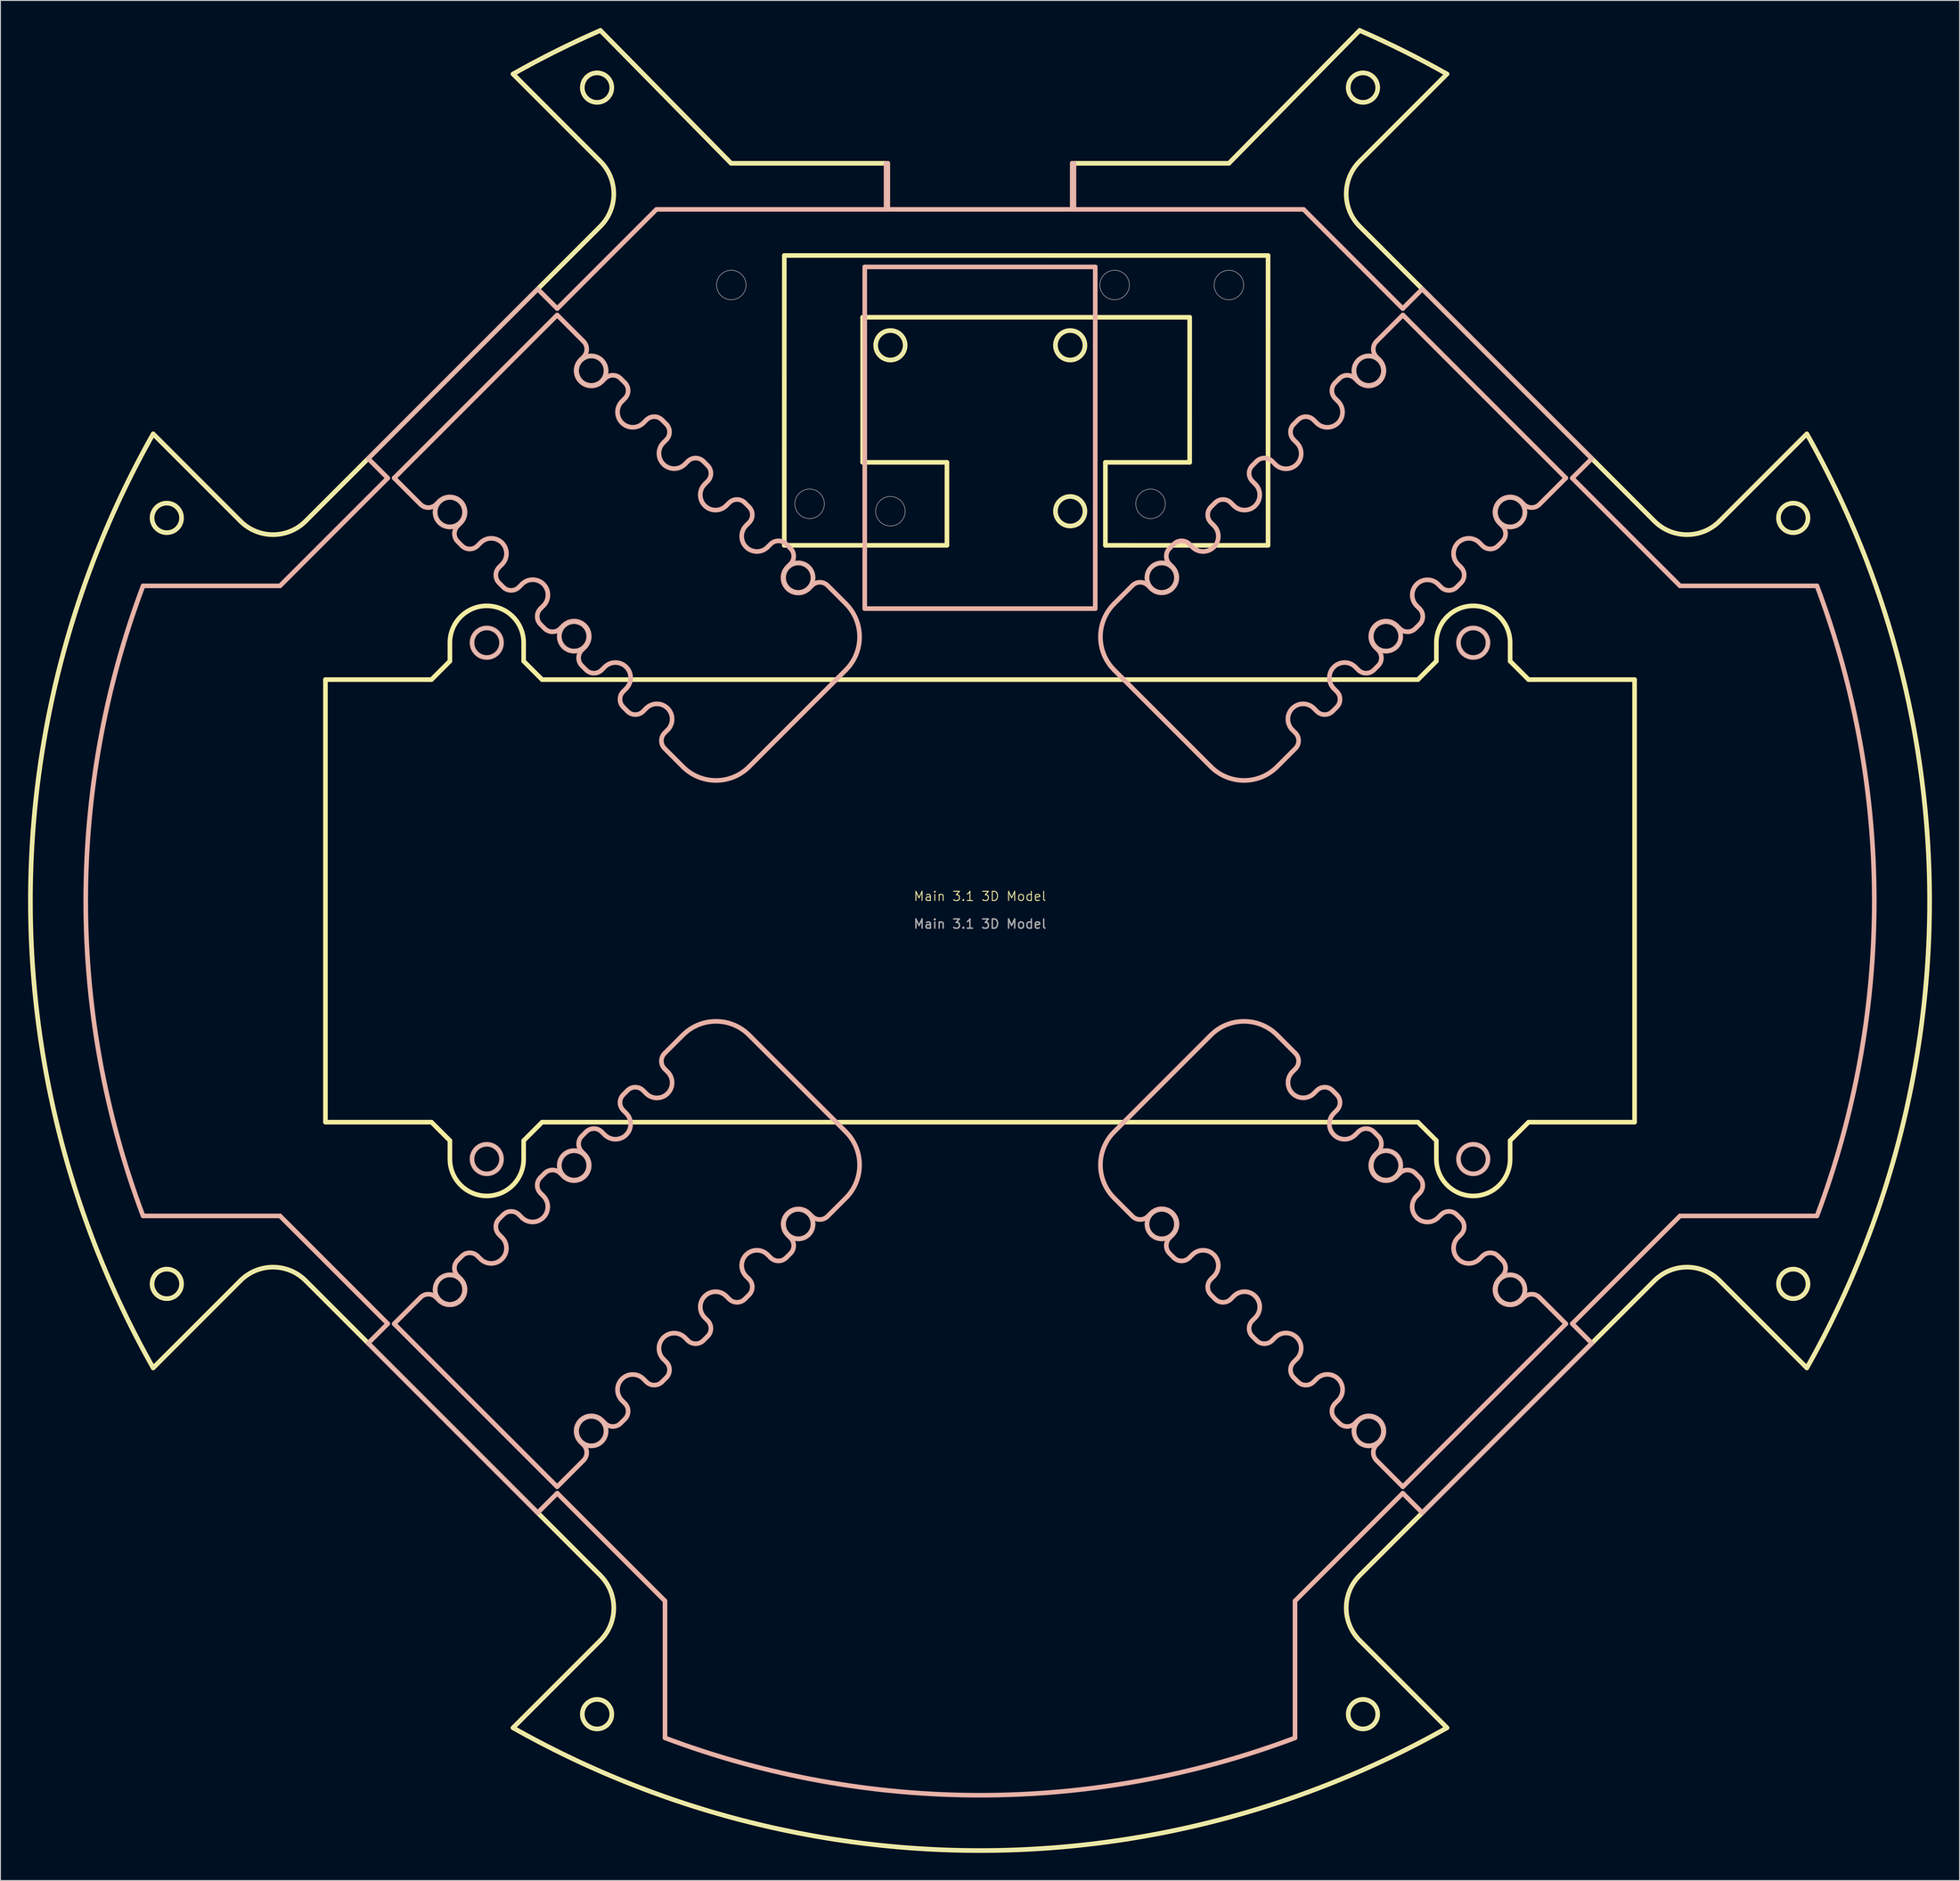
<source format=kicad_pcb>
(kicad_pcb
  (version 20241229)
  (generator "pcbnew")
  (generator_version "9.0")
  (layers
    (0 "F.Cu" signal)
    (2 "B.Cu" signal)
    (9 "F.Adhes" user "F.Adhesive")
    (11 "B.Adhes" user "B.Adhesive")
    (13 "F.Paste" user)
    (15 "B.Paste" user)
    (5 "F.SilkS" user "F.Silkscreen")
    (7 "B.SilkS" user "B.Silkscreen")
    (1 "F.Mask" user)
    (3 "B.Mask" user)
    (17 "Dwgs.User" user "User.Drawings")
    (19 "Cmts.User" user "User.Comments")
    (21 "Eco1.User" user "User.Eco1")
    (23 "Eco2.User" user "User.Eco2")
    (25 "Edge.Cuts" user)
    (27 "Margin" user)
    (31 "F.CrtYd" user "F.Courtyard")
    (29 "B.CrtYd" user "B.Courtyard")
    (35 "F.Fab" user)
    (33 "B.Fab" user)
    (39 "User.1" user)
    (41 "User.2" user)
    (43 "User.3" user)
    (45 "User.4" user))
  (footprint "Main 3.1 3D Model"
    (layer "F.Cu")
    (at 103.25 94.661)
    (property "Reference" "Main 3.1 3D Model" (at 0 -0.5 0) (unlocked yes) (layer "F.SilkS") (effects (font (size 1 1) (thickness 0.1))))
    (attr smd)
    (fp_line (start -89.685 50.653) (end -80.221 41.189) (stroke (width 0.5) (type solid)) (layer "F.SilkS"))
    (fp_line (start -80.221 -41.189) (end -89.685 -50.652) (stroke (width 0.5) (type solid)) (layer "F.SilkS"))
    (fp_line (start -73.15 41.189) (end -41.189 73.15) (stroke (width 0.5) (type solid)) (layer "F.SilkS"))
    (fp_line (start -71 -24) (end -59.5 -24) (stroke (width 0.5) (type solid)) (layer "F.SilkS"))
    (fp_line (start -71 24) (end -71 -24) (stroke (width 0.5) (type solid)) (layer "F.SilkS"))
    (fp_line (start -59.5 -24) (end -57.5 -26) (stroke (width 0.5) (type solid)) (layer "F.SilkS"))
    (fp_line (start -59.5 24) (end -71 24) (stroke (width 0.5) (type solid)) (layer "F.SilkS"))
    (fp_line (start -57.5 -26) (end -57.5 -28) (stroke (width 0.5) (type solid)) (layer "F.SilkS"))
    (fp_line (start -57.5 26) (end -59.5 24) (stroke (width 0.5) (type solid)) (layer "F.SilkS"))
    (fp_line (start -57.5 28) (end -57.5 26) (stroke (width 0.5) (type solid)) (layer "F.SilkS"))
    (fp_line (start -50.652 -89.684) (end -41.189 -80.221) (stroke (width 0.5) (type solid)) (layer "F.SilkS"))
    (fp_line (start -49.5 -28) (end -49.5 -26) (stroke (width 0.5) (type solid)) (layer "F.SilkS"))
    (fp_line (start -49.5 -26) (end -47.5 -24) (stroke (width 0.5) (type solid)) (layer "F.SilkS"))
    (fp_line (start -49.5 26) (end -49.5 28) (stroke (width 0.5) (type solid)) (layer "F.SilkS"))
    (fp_line (start -47.5 -24) (end 47.5 -24) (stroke (width 0.5) (type solid)) (layer "F.SilkS"))
    (fp_line (start -47.5 24) (end -49.5 26) (stroke (width 0.5) (type solid)) (layer "F.SilkS"))
    (fp_line (start -41.189 -73.15) (end -73.15 -41.189) (stroke (width 0.5) (type solid)) (layer "F.SilkS"))
    (fp_line (start -41.189 80.221) (end -50.652 89.685) (stroke (width 0.5) (type solid)) (layer "F.SilkS"))
    (fp_line (start -27 -80) (end -41.178 -94.411) (stroke (width 0.5) (type solid)) (layer "F.SilkS"))
    (fp_line (start -21.23 -38.566) (end -21.228 -70.001) (stroke (width 0.5) (type solid)) (layer "F.SilkS"))
    (fp_line (start -21.228 -70.001) (end 31.244 -69.998) (stroke (width 0.5) (type solid)) (layer "F.SilkS"))
    (fp_line (start -12.73 -47.566) (end -3.587 -47.565) (stroke (width 0.5) (type solid)) (layer "F.SilkS"))
    (fp_line (start -12.729 -63.301) (end -12.73 -47.566) (stroke (width 0.5) (type solid)) (layer "F.SilkS"))
    (fp_line (start -10 -80) (end -27 -80) (stroke (width 0.5) (type solid)) (layer "F.SilkS"))
    (fp_line (start -10 -75) (end -10 -80) (stroke (width 0.5) (type solid)) (layer "F.SilkS"))
    (fp_line (start -3.587 -38.565) (end -21.23 -38.566) (stroke (width 0.5) (type solid)) (layer "F.SilkS"))
    (fp_line (start -3.587 -47.565) (end -3.587 -38.565) (stroke (width 0.5) (type solid)) (layer "F.SilkS"))
    (fp_line (start 10 -80) (end 10 -75) (stroke (width 0.5) (type solid)) (layer "F.SilkS"))
    (fp_line (start 10 -75) (end -10 -75) (stroke (width 0.5) (type solid)) (layer "F.SilkS"))
    (fp_line (start 13.599 -38.564) (end 13.599 -47.564) (stroke (width 0.5) (type solid)) (layer "F.SilkS"))
    (fp_line (start 13.599 -47.564) (end 22.742 -47.564) (stroke (width 0.5) (type solid)) (layer "F.SilkS"))
    (fp_line (start 22.742 -47.564) (end 22.743 -63.298) (stroke (width 0.5) (type solid)) (layer "F.SilkS"))
    (fp_line (start 22.743 -63.298) (end -12.729 -63.301) (stroke (width 0.5) (type solid)) (layer "F.SilkS"))
    (fp_line (start 27 -80) (end 10 -80) (stroke (width 0.5) (type solid)) (layer "F.SilkS"))
    (fp_line (start 31.242 -38.563) (end 13.599 -38.564) (stroke (width 0.5) (type solid)) (layer "F.SilkS"))
    (fp_line (start 31.244 -69.998) (end 31.242 -38.563) (stroke (width 0.5) (type solid)) (layer "F.SilkS"))
    (fp_line (start 41.178 -94.411) (end 27 -80) (stroke (width 0.5) (type solid)) (layer "F.SilkS"))
    (fp_line (start 41.189 -80.221) (end 50.652 -89.684) (stroke (width 0.5) (type solid)) (layer "F.SilkS"))
    (fp_line (start 41.189 73.15) (end 73.15 41.189) (stroke (width 0.5) (type solid)) (layer "F.SilkS"))
    (fp_line (start 47.5 -24) (end 49.5 -26) (stroke (width 0.5) (type solid)) (layer "F.SilkS"))
    (fp_line (start 47.5 24) (end -47.5 24) (stroke (width 0.5) (type solid)) (layer "F.SilkS"))
    (fp_line (start 49.5 -26) (end 49.5 -28) (stroke (width 0.5) (type solid)) (layer "F.SilkS"))
    (fp_line (start 49.5 26) (end 47.5 24) (stroke (width 0.5) (type solid)) (layer "F.SilkS"))
    (fp_line (start 49.5 28) (end 49.5 26) (stroke (width 0.5) (type solid)) (layer "F.SilkS"))
    (fp_line (start 50.652 89.685) (end 41.189 80.221) (stroke (width 0.5) (type solid)) (layer "F.SilkS"))
    (fp_line (start 57.5 -28) (end 57.5 -26) (stroke (width 0.5) (type solid)) (layer "F.SilkS"))
    (fp_line (start 57.5 -26) (end 59.5 -24) (stroke (width 0.5) (type solid)) (layer "F.SilkS"))
    (fp_line (start 57.5 26) (end 57.5 28) (stroke (width 0.5) (type solid)) (layer "F.SilkS"))
    (fp_line (start 59.5 -24) (end 71 -24) (stroke (width 0.5) (type solid)) (layer "F.SilkS"))
    (fp_line (start 59.5 24) (end 57.5 26) (stroke (width 0.5) (type solid)) (layer "F.SilkS"))
    (fp_line (start 71 -24) (end 71 24) (stroke (width 0.5) (type solid)) (layer "F.SilkS"))
    (fp_line (start 71 24) (end 59.5 24) (stroke (width 0.5) (type solid)) (layer "F.SilkS"))
    (fp_line (start 73.15 -41.189) (end 41.189 -73.15) (stroke (width 0.5) (type solid)) (layer "F.SilkS"))
    (fp_line (start 80.221 41.189) (end 89.685 50.653) (stroke (width 0.5) (type solid)) (layer "F.SilkS"))
    (fp_line (start 89.685 -50.652) (end 80.221 -41.189) (stroke (width 0.5) (type solid)) (layer "F.SilkS"))
    (fp_arc (start -89.684567 50.652535) (mid -102.999909 0.000171) (end -89.684567 -50.652193) (stroke (width 0.5) (type solid)) (layer "F.SilkS"))
    (fp_arc (start -80.221173 41.189141) (mid -76.685639 39.724675) (end -73.150105 41.189141) (stroke (width 0.5) (type solid)) (layer "F.SilkS"))
    (fp_arc (start -73.150105 -41.188799) (mid -76.685639 -39.724333) (end -80.221173 -41.188799) (stroke (width 0.5) (type solid)) (layer "F.SilkS"))
    (fp_arc (start -57.49991 -27.999829) (mid -53.49991 -31.999829) (end -49.49991 -27.999829) (stroke (width 0.5) (type solid)) (layer "F.SilkS"))
    (fp_arc (start -50.652273 -89.684488) (mid -45.97573 -92.169368) (end -41.177651 -94.410599) (stroke (width 0.5) (type solid)) (layer "F.SilkS"))
    (fp_arc (start -49.49991 28.000172) (mid -53.49991 32.000172) (end -57.49991 28.000172) (stroke (width 0.5) (type solid)) (layer "F.SilkS"))
    (fp_arc (start -41.188879 -80.221093) (mid -39.724412 -76.685559) (end -41.188879 -73.150025) (stroke (width 0.5) (type solid)) (layer "F.SilkS"))
    (fp_arc (start -41.188879 73.150367) (mid -39.724412 76.685901) (end -41.188879 80.221435) (stroke (width 0.5) (type solid)) (layer "F.SilkS"))
    (fp_arc (start 41.177833 -94.410599) (mid 45.975912 -92.169368) (end 50.652455 -89.684488) (stroke (width 0.5) (type solid)) (layer "F.SilkS"))
    (fp_arc (start 41.189061 -73.150025) (mid 39.724594 -76.68556) (end 41.189061 -80.221093) (stroke (width 0.5) (type solid)) (layer "F.SilkS"))
    (fp_arc (start 41.189061 80.221435) (mid 39.724594 76.6859) (end 41.189061 73.150367) (stroke (width 0.5) (type solid)) (layer "F.SilkS"))
    (fp_arc (start 49.500092 -27.999829) (mid 53.500092 -31.999829) (end 57.500092 -27.999829) (stroke (width 0.5) (type solid)) (layer "F.SilkS"))
    (fp_arc (start 50.652455 89.68483) (mid 0.000091 103.000171) (end -50.652273 89.68483) (stroke (width 0.5) (type solid)) (layer "F.SilkS"))
    (fp_arc (start 57.500092 28.000172) (mid 53.500092 32.000172) (end 49.500092 28.000172) (stroke (width 0.5) (type solid)) (layer "F.SilkS"))
    (fp_arc (start 73.150287 41.189141) (mid 76.685821 39.724675) (end 80.221355 41.189141) (stroke (width 0.5) (type solid)) (layer "F.SilkS"))
    (fp_arc (start 80.221355 -41.188799) (mid 76.685821 -39.724333) (end 73.150287 -41.188799) (stroke (width 0.5) (type solid)) (layer "F.SilkS"))
    (fp_arc (start 89.68475 -50.652193) (mid 103.000091 0.000171) (end 89.68475 50.652535) (stroke (width 0.5) (type solid)) (layer "F.SilkS"))
    (fp_circle (center -88.208 -41.539) (end -86.608 -41.539) (stroke (width 0.5) (type solid)) (fill no) (layer "F.SilkS"))
    (fp_circle (center -88.208 41.54) (end -86.608 41.54) (stroke (width 0.5) (type solid)) (fill no) (layer "F.SilkS"))
    (fp_circle (center -57.505 -42.161) (end -55.905 -42.161) (stroke (width 0.5) (type solid)) (fill no) (layer "F.SilkS"))
    (fp_circle (center -57.505 42.161) (end -55.905 42.161) (stroke (width 0.5) (type solid)) (fill no) (layer "F.SilkS"))
    (fp_circle (center -44.035 -28.691) (end -42.435 -28.691) (stroke (width 0.5) (type solid)) (fill no) (layer "F.SilkS"))
    (fp_circle (center -44.035 28.691) (end -42.435 28.691) (stroke (width 0.5) (type solid)) (fill no) (layer "F.SilkS"))
    (fp_circle (center -42.161 -57.505) (end -40.561 -57.505) (stroke (width 0.5) (type solid)) (fill no) (layer "F.SilkS"))
    (fp_circle (center -42.161 57.506) (end -40.561 57.506) (stroke (width 0.5) (type solid)) (fill no) (layer "F.SilkS"))
    (fp_circle (center -41.539 -88.208) (end -39.939 -88.208) (stroke (width 0.5) (type solid)) (fill no) (layer "F.SilkS"))
    (fp_circle (center -41.539 88.209) (end -39.939 88.209) (stroke (width 0.5) (type solid)) (fill no) (layer "F.SilkS"))
    (fp_circle (center -19.711 -35.055) (end -18.111 -35.055) (stroke (width 0.5) (type solid)) (fill no) (layer "F.SilkS"))
    (fp_circle (center -19.711 35.055) (end -18.111 35.055) (stroke (width 0.5) (type solid)) (fill no) (layer "F.SilkS"))
    (fp_circle (center -9.718 -60.262) (end -8.118 -60.262) (stroke (width 0.5) (type solid)) (fill no) (layer "F.SilkS"))
    (fp_circle (center 9.782 -60.262) (end 11.382 -60.262) (stroke (width 0.5) (type solid)) (fill no) (layer "F.SilkS"))
    (fp_circle (center 9.782 -42.262) (end 11.382 -42.262) (stroke (width 0.5) (type solid)) (fill no) (layer "F.SilkS"))
    (fp_circle (center 19.711 -35.055) (end 21.311 -35.055) (stroke (width 0.5) (type solid)) (fill no) (layer "F.SilkS"))
    (fp_circle (center 19.711 35.055) (end 21.311 35.055) (stroke (width 0.5) (type solid)) (fill no) (layer "F.SilkS"))
    (fp_circle (center 41.539 -88.208) (end 43.139 -88.208) (stroke (width 0.5) (type solid)) (fill no) (layer "F.SilkS"))
    (fp_circle (center 41.539 88.209) (end 43.139 88.209) (stroke (width 0.5) (type solid)) (fill no) (layer "F.SilkS"))
    (fp_circle (center 42.161 -57.505) (end 43.761 -57.505) (stroke (width 0.5) (type solid)) (fill no) (layer "F.SilkS"))
    (fp_circle (center 42.161 57.506) (end 43.761 57.506) (stroke (width 0.5) (type solid)) (fill no) (layer "F.SilkS"))
    (fp_circle (center 44.035 -28.691) (end 45.635 -28.691) (stroke (width 0.5) (type solid)) (fill no) (layer "F.SilkS"))
    (fp_circle (center 44.035 28.691) (end 45.635 28.691) (stroke (width 0.5) (type solid)) (fill no) (layer "F.SilkS"))
    (fp_circle (center 57.506 -42.161) (end 59.106 -42.161) (stroke (width 0.5) (type solid)) (fill no) (layer "F.SilkS"))
    (fp_circle (center 57.506 42.161) (end 59.106 42.161) (stroke (width 0.5) (type solid)) (fill no) (layer "F.SilkS"))
    (fp_circle (center 88.209 -41.539) (end 89.809 -41.539) (stroke (width 0.5) (type solid)) (fill no) (layer "F.SilkS"))
    (fp_circle (center 88.209 41.54) (end 89.809 41.54) (stroke (width 0.5) (type solid)) (fill no) (layer "F.SilkS"))
    (fp_line (start -90.783 34.168) (end -75.928 34.168) (stroke (width 0.5) (type solid)) (layer "B.SilkS"))
    (fp_line (start -75.928 -34.168) (end -90.783 -34.168) (stroke (width 0.5) (type solid)) (layer "B.SilkS"))
    (fp_line (start -75.928 34.168) (end -64.241 45.856) (stroke (width 0.5) (type solid)) (layer "B.SilkS"))
    (fp_line (start -66.362 -47.977) (end -64.241 -45.856) (stroke (width 0.5) (type solid)) (layer "B.SilkS"))
    (fp_line (start -66.362 47.977) (end -47.977 66.362) (stroke (width 0.5) (type solid)) (layer "B.SilkS"))
    (fp_line (start -64.241 -45.856) (end -75.928 -34.168) (stroke (width 0.5) (type solid)) (layer "B.SilkS"))
    (fp_line (start -64.241 45.856) (end -66.362 47.977) (stroke (width 0.5) (type solid)) (layer "B.SilkS"))
    (fp_line (start -63.544 -45.866) (end -45.866 -63.544) (stroke (width 0.5) (type solid)) (layer "B.SilkS"))
    (fp_line (start -63.544 45.866) (end -60.687 43.01) (stroke (width 0.5) (type solid)) (layer "B.SilkS"))
    (fp_line (start -60.687 -43.01) (end -63.544 -45.866) (stroke (width 0.5) (type solid)) (layer "B.SilkS"))
    (fp_line (start -58.99 43.01) (end -58.672 43.328) (stroke (width 0.5) (type solid)) (layer "B.SilkS"))
    (fp_line (start -58.672 -43.328) (end -58.99 -43.01) (stroke (width 0.5) (type solid)) (layer "B.SilkS"))
    (fp_line (start -56.657 -40.676) (end -56.339 -40.995) (stroke (width 0.5) (type solid)) (layer "B.SilkS"))
    (fp_line (start -56.657 38.979) (end -56.197 38.52) (stroke (width 0.5) (type solid)) (layer "B.SilkS"))
    (fp_line (start -56.339 40.995) (end -56.657 40.676) (stroke (width 0.5) (type solid)) (layer "B.SilkS"))
    (fp_line (start -56.197 -38.52) (end -56.657 -38.979) (stroke (width 0.5) (type solid)) (layer "B.SilkS"))
    (fp_line (start -54.5 38.52) (end -54.182 38.838) (stroke (width 0.5) (type solid)) (layer "B.SilkS"))
    (fp_line (start -54.182 -38.838) (end -54.5 -38.52) (stroke (width 0.5) (type solid)) (layer "B.SilkS"))
    (fp_line (start -52.167 -36.186) (end -51.849 -36.504) (stroke (width 0.5) (type solid)) (layer "B.SilkS"))
    (fp_line (start -52.167 34.489) (end -51.707 34.03) (stroke (width 0.5) (type solid)) (layer "B.SilkS"))
    (fp_line (start -51.849 36.504) (end -52.167 36.186) (stroke (width 0.5) (type solid)) (layer "B.SilkS"))
    (fp_line (start -51.707 -34.03) (end -52.167 -34.489) (stroke (width 0.5) (type solid)) (layer "B.SilkS"))
    (fp_line (start -50.01 34.03) (end -49.692 34.348) (stroke (width 0.5) (type solid)) (layer "B.SilkS"))
    (fp_line (start -49.692 -34.348) (end -50.01 -34.03) (stroke (width 0.5) (type solid)) (layer "B.SilkS"))
    (fp_line (start -47.977 -66.362) (end -66.362 -47.977) (stroke (width 0.5) (type solid)) (layer "B.SilkS"))
    (fp_line (start -47.977 66.362) (end -45.856 64.241) (stroke (width 0.5) (type solid)) (layer "B.SilkS"))
    (fp_line (start -47.677 -31.696) (end -47.358 -32.014) (stroke (width 0.5) (type solid)) (layer "B.SilkS"))
    (fp_line (start -47.677 29.999) (end -47.217 29.539) (stroke (width 0.5) (type solid)) (layer "B.SilkS"))
    (fp_line (start -47.358 32.014) (end -47.677 31.696) (stroke (width 0.5) (type solid)) (layer "B.SilkS"))
    (fp_line (start -47.217 -29.539) (end -47.677 -29.999) (stroke (width 0.5) (type solid)) (layer "B.SilkS"))
    (fp_line (start -45.866 -63.544) (end -43.01 -60.687) (stroke (width 0.5) (type solid)) (layer "B.SilkS"))
    (fp_line (start -45.866 63.544) (end -63.544 45.866) (stroke (width 0.5) (type solid)) (layer "B.SilkS"))
    (fp_line (start -45.856 -64.241) (end -47.977 -66.362) (stroke (width 0.5) (type solid)) (layer "B.SilkS"))
    (fp_line (start -45.856 64.241) (end -34.168 75.928) (stroke (width 0.5) (type solid)) (layer "B.SilkS"))
    (fp_line (start -45.52 29.539) (end -45.202 29.858) (stroke (width 0.5) (type solid)) (layer "B.SilkS"))
    (fp_line (start -45.202 -29.858) (end -45.52 -29.539) (stroke (width 0.5) (type solid)) (layer "B.SilkS"))
    (fp_line (start -43.328 58.672) (end -43.01 58.99) (stroke (width 0.5) (type solid)) (layer "B.SilkS"))
    (fp_line (start -43.187 -27.206) (end -42.868 -27.524) (stroke (width 0.5) (type solid)) (layer "B.SilkS"))
    (fp_line (start -43.187 25.509) (end -42.727 25.049) (stroke (width 0.5) (type solid)) (layer "B.SilkS"))
    (fp_line (start -43.01 -58.99) (end -43.328 -58.672) (stroke (width 0.5) (type solid)) (layer "B.SilkS"))
    (fp_line (start -43.01 60.687) (end -45.866 63.544) (stroke (width 0.5) (type solid)) (layer "B.SilkS"))
    (fp_line (start -42.868 27.524) (end -43.187 27.206) (stroke (width 0.5) (type solid)) (layer "B.SilkS"))
    (fp_line (start -42.727 -25.049) (end -43.187 -25.509) (stroke (width 0.5) (type solid)) (layer "B.SilkS"))
    (fp_line (start -41.03 25.049) (end -40.712 25.367) (stroke (width 0.5) (type solid)) (layer "B.SilkS"))
    (fp_line (start -40.995 -56.339) (end -40.676 -56.657) (stroke (width 0.5) (type solid)) (layer "B.SilkS"))
    (fp_line (start -40.712 -25.367) (end -41.03 -25.049) (stroke (width 0.5) (type solid)) (layer "B.SilkS"))
    (fp_line (start -40.676 56.657) (end -40.995 56.339) (stroke (width 0.5) (type solid)) (layer "B.SilkS"))
    (fp_line (start -38.979 -56.657) (end -38.52 -56.197) (stroke (width 0.5) (type solid)) (layer "B.SilkS"))
    (fp_line (start -38.838 54.182) (end -38.52 54.5) (stroke (width 0.5) (type solid)) (layer "B.SilkS"))
    (fp_line (start -38.696 -22.716) (end -38.378 -23.034) (stroke (width 0.5) (type solid)) (layer "B.SilkS"))
    (fp_line (start -38.696 21.019) (end -38.237 20.559) (stroke (width 0.5) (type solid)) (layer "B.SilkS"))
    (fp_line (start -38.52 -54.5) (end -38.838 -54.182) (stroke (width 0.5) (type solid)) (layer "B.SilkS"))
    (fp_line (start -38.52 56.197) (end -38.979 56.657) (stroke (width 0.5) (type solid)) (layer "B.SilkS"))
    (fp_line (start -38.378 23.034) (end -38.696 22.716) (stroke (width 0.5) (type solid)) (layer "B.SilkS"))
    (fp_line (start -38.237 -20.559) (end -38.696 -21.019) (stroke (width 0.5) (type solid)) (layer "B.SilkS"))
    (fp_line (start -36.54 20.559) (end -36.222 20.877) (stroke (width 0.5) (type solid)) (layer "B.SilkS"))
    (fp_line (start -36.504 -51.849) (end -36.186 -52.167) (stroke (width 0.5) (type solid)) (layer "B.SilkS"))
    (fp_line (start -36.222 -20.877) (end -36.54 -20.559) (stroke (width 0.5) (type solid)) (layer "B.SilkS"))
    (fp_line (start -36.186 52.167) (end -36.504 51.849) (stroke (width 0.5) (type solid)) (layer "B.SilkS"))
    (fp_line (start -35.097 -75) (end -45.856 -64.241) (stroke (width 0.5) (type solid)) (layer "B.SilkS"))
    (fp_line (start -34.489 -52.167) (end -34.03 -51.707) (stroke (width 0.5) (type solid)) (layer "B.SilkS"))
    (fp_line (start -34.348 49.692) (end -34.03 50.01) (stroke (width 0.5) (type solid)) (layer "B.SilkS"))
    (fp_line (start -34.206 -18.226) (end -33.888 -18.544) (stroke (width 0.5) (type solid)) (layer "B.SilkS"))
    (fp_line (start -34.206 16.529) (end -32.23 14.552) (stroke (width 0.5) (type solid)) (layer "B.SilkS"))
    (fp_line (start -34.168 75.928) (end -34.168 90.783) (stroke (width 0.5) (type solid)) (layer "B.SilkS"))
    (fp_line (start -34.03 -50.01) (end -34.348 -49.692) (stroke (width 0.5) (type solid)) (layer "B.SilkS"))
    (fp_line (start -34.03 51.707) (end -34.489 52.167) (stroke (width 0.5) (type solid)) (layer "B.SilkS"))
    (fp_line (start -33.888 18.544) (end -34.206 18.226) (stroke (width 0.5) (type solid)) (layer "B.SilkS"))
    (fp_line (start -32.23 -14.552) (end -34.206 -16.529) (stroke (width 0.5) (type solid)) (layer "B.SilkS"))
    (fp_line (start -32.014 -47.358) (end -31.696 -47.677) (stroke (width 0.5) (type solid)) (layer "B.SilkS"))
    (fp_line (start -31.696 47.677) (end -32.014 47.358) (stroke (width 0.5) (type solid)) (layer "B.SilkS"))
    (fp_line (start -29.999 -47.677) (end -29.539 -47.217) (stroke (width 0.5) (type solid)) (layer "B.SilkS"))
    (fp_line (start -29.858 45.202) (end -29.539 45.52) (stroke (width 0.5) (type solid)) (layer "B.SilkS"))
    (fp_line (start -29.539 -45.52) (end -29.858 -45.202) (stroke (width 0.5) (type solid)) (layer "B.SilkS"))
    (fp_line (start -29.539 47.217) (end -29.999 47.677) (stroke (width 0.5) (type solid)) (layer "B.SilkS"))
    (fp_line (start -27.524 -42.868) (end -27.206 -43.187) (stroke (width 0.5) (type solid)) (layer "B.SilkS"))
    (fp_line (start -27.206 43.187) (end -27.524 42.868) (stroke (width 0.5) (type solid)) (layer "B.SilkS"))
    (fp_line (start -25.509 -43.187) (end -25.049 -42.727) (stroke (width 0.5) (type solid)) (layer "B.SilkS"))
    (fp_line (start -25.367 40.712) (end -25.049 41.03) (stroke (width 0.5) (type solid)) (layer "B.SilkS"))
    (fp_line (start -25.049 -41.03) (end -25.367 -40.712) (stroke (width 0.5) (type solid)) (layer "B.SilkS"))
    (fp_line (start -25.049 42.727) (end -25.509 43.187) (stroke (width 0.5) (type solid)) (layer "B.SilkS"))
    (fp_line (start -25.046 14.552) (end -14.552 25.046) (stroke (width 0.5) (type solid)) (layer "B.SilkS"))
    (fp_line (start -23.034 -38.378) (end -22.716 -38.696) (stroke (width 0.5) (type solid)) (layer "B.SilkS"))
    (fp_line (start -22.716 38.696) (end -23.034 38.378) (stroke (width 0.5) (type solid)) (layer "B.SilkS"))
    (fp_line (start -21.019 -38.696) (end -20.559 -38.237) (stroke (width 0.5) (type solid)) (layer "B.SilkS"))
    (fp_line (start -20.877 36.222) (end -20.559 36.54) (stroke (width 0.5) (type solid)) (layer "B.SilkS"))
    (fp_line (start -20.559 -36.54) (end -20.877 -36.222) (stroke (width 0.5) (type solid)) (layer "B.SilkS"))
    (fp_line (start -20.559 38.237) (end -21.019 38.696) (stroke (width 0.5) (type solid)) (layer "B.SilkS"))
    (fp_line (start -18.544 -33.888) (end -18.226 -34.206) (stroke (width 0.5) (type solid)) (layer "B.SilkS"))
    (fp_line (start -18.226 34.206) (end -18.544 33.888) (stroke (width 0.5) (type solid)) (layer "B.SilkS"))
    (fp_line (start -16.529 -34.206) (end -14.552 -32.23) (stroke (width 0.5) (type solid)) (layer "B.SilkS"))
    (fp_line (start -14.552 -25.046) (end -25.046 -14.552) (stroke (width 0.5) (type solid)) (layer "B.SilkS"))
    (fp_line (start -14.552 32.23) (end -16.529 34.206) (stroke (width 0.5) (type solid)) (layer "B.SilkS"))
    (fp_line (start -12.501 -68.762) (end 12.499 -68.762) (stroke (width 0.5) (type solid)) (layer "B.SilkS"))
    (fp_line (start -12.501 -31.7) (end -12.501 -68.762) (stroke (width 0.5) (type solid)) (layer "B.SilkS"))
    (fp_line (start -10.19 -80) (end -10.19 -75) (stroke (width 0.5) (type solid)) (layer "B.SilkS"))
    (fp_line (start -10.19 -75) (end -35.097 -75) (stroke (width 0.5) (type solid)) (layer "B.SilkS"))
    (fp_line (start -10 -80) (end -10.19 -80) (stroke (width 0.5) (type solid)) (layer "B.SilkS"))
    (fp_line (start -10 -75) (end -10 -80) (stroke (width 0.5) (type solid)) (layer "B.SilkS"))
    (fp_line (start 10 -80) (end 10 -75) (stroke (width 0.5) (type solid)) (layer "B.SilkS"))
    (fp_line (start 10 -75) (end -10 -75) (stroke (width 0.5) (type solid)) (layer "B.SilkS"))
    (fp_line (start 10.19 -80) (end 10 -80) (stroke (width 0.5) (type solid)) (layer "B.SilkS"))
    (fp_line (start 10.19 -75) (end 10.19 -80) (stroke (width 0.5) (type solid)) (layer "B.SilkS"))
    (fp_line (start 12.499 -68.762) (end 12.499 -31.7) (stroke (width 0.5) (type solid)) (layer "B.SilkS"))
    (fp_line (start 12.499 -31.7) (end -12.501 -31.7) (stroke (width 0.5) (type solid)) (layer "B.SilkS"))
    (fp_line (start 14.552 -32.23) (end 16.529 -34.206) (stroke (width 0.5) (type solid)) (layer "B.SilkS"))
    (fp_line (start 14.552 25.046) (end 25.046 14.552) (stroke (width 0.5) (type solid)) (layer "B.SilkS"))
    (fp_line (start 16.529 34.206) (end 14.552 32.23) (stroke (width 0.5) (type solid)) (layer "B.SilkS"))
    (fp_line (start 18.226 -34.206) (end 18.544 -33.888) (stroke (width 0.5) (type solid)) (layer "B.SilkS"))
    (fp_line (start 18.544 33.888) (end 18.226 34.206) (stroke (width 0.5) (type solid)) (layer "B.SilkS"))
    (fp_line (start 20.559 -38.237) (end 21.019 -38.696) (stroke (width 0.5) (type solid)) (layer "B.SilkS"))
    (fp_line (start 20.559 36.54) (end 20.877 36.222) (stroke (width 0.5) (type solid)) (layer "B.SilkS"))
    (fp_line (start 20.877 -36.222) (end 20.559 -36.54) (stroke (width 0.5) (type solid)) (layer "B.SilkS"))
    (fp_line (start 21.019 38.696) (end 20.559 38.237) (stroke (width 0.5) (type solid)) (layer "B.SilkS"))
    (fp_line (start 22.716 -38.696) (end 23.034 -38.378) (stroke (width 0.5) (type solid)) (layer "B.SilkS"))
    (fp_line (start 23.034 38.378) (end 22.716 38.696) (stroke (width 0.5) (type solid)) (layer "B.SilkS"))
    (fp_line (start 25.046 -14.552) (end 14.552 -25.046) (stroke (width 0.5) (type solid)) (layer "B.SilkS"))
    (fp_line (start 25.049 -42.727) (end 25.509 -43.187) (stroke (width 0.5) (type solid)) (layer "B.SilkS"))
    (fp_line (start 25.049 41.03) (end 25.367 40.712) (stroke (width 0.5) (type solid)) (layer "B.SilkS"))
    (fp_line (start 25.367 -40.712) (end 25.049 -41.03) (stroke (width 0.5) (type solid)) (layer "B.SilkS"))
    (fp_line (start 25.509 43.187) (end 25.049 42.727) (stroke (width 0.5) (type solid)) (layer "B.SilkS"))
    (fp_line (start 27.206 -43.187) (end 27.524 -42.868) (stroke (width 0.5) (type solid)) (layer "B.SilkS"))
    (fp_line (start 27.524 42.868) (end 27.206 43.187) (stroke (width 0.5) (type solid)) (layer "B.SilkS"))
    (fp_line (start 29.539 -47.217) (end 29.999 -47.677) (stroke (width 0.5) (type solid)) (layer "B.SilkS"))
    (fp_line (start 29.539 45.52) (end 29.858 45.202) (stroke (width 0.5) (type solid)) (layer "B.SilkS"))
    (fp_line (start 29.858 -45.202) (end 29.539 -45.52) (stroke (width 0.5) (type solid)) (layer "B.SilkS"))
    (fp_line (start 29.999 47.677) (end 29.539 47.217) (stroke (width 0.5) (type solid)) (layer "B.SilkS"))
    (fp_line (start 31.696 -47.677) (end 32.014 -47.358) (stroke (width 0.5) (type solid)) (layer "B.SilkS"))
    (fp_line (start 32.014 47.358) (end 31.696 47.677) (stroke (width 0.5) (type solid)) (layer "B.SilkS"))
    (fp_line (start 32.23 14.552) (end 34.206 16.529) (stroke (width 0.5) (type solid)) (layer "B.SilkS"))
    (fp_line (start 33.888 -18.544) (end 34.206 -18.226) (stroke (width 0.5) (type solid)) (layer "B.SilkS"))
    (fp_line (start 34.03 -51.707) (end 34.489 -52.167) (stroke (width 0.5) (type solid)) (layer "B.SilkS"))
    (fp_line (start 34.03 50.01) (end 34.348 49.692) (stroke (width 0.5) (type solid)) (layer "B.SilkS"))
    (fp_line (start 34.168 75.928) (end 45.856 64.241) (stroke (width 0.5) (type solid)) (layer "B.SilkS"))
    (fp_line (start 34.168 90.783) (end 34.168 75.928) (stroke (width 0.5) (type solid)) (layer "B.SilkS"))
    (fp_line (start 34.206 -16.529) (end 32.23 -14.552) (stroke (width 0.5) (type solid)) (layer "B.SilkS"))
    (fp_line (start 34.206 18.226) (end 33.888 18.544) (stroke (width 0.5) (type solid)) (layer "B.SilkS"))
    (fp_line (start 34.348 -49.692) (end 34.03 -50.01) (stroke (width 0.5) (type solid)) (layer "B.SilkS"))
    (fp_line (start 34.489 52.167) (end 34.03 51.707) (stroke (width 0.5) (type solid)) (layer "B.SilkS"))
    (fp_line (start 35.097 -75) (end 10.19 -75) (stroke (width 0.5) (type solid)) (layer "B.SilkS"))
    (fp_line (start 36.186 -52.167) (end 36.504 -51.849) (stroke (width 0.5) (type solid)) (layer "B.SilkS"))
    (fp_line (start 36.222 20.877) (end 36.54 20.559) (stroke (width 0.5) (type solid)) (layer "B.SilkS"))
    (fp_line (start 36.504 51.849) (end 36.186 52.167) (stroke (width 0.5) (type solid)) (layer "B.SilkS"))
    (fp_line (start 36.54 -20.559) (end 36.222 -20.877) (stroke (width 0.5) (type solid)) (layer "B.SilkS"))
    (fp_line (start 38.237 20.559) (end 38.696 21.019) (stroke (width 0.5) (type solid)) (layer "B.SilkS"))
    (fp_line (start 38.378 -23.034) (end 38.696 -22.716) (stroke (width 0.5) (type solid)) (layer "B.SilkS"))
    (fp_line (start 38.52 -56.197) (end 38.979 -56.657) (stroke (width 0.5) (type solid)) (layer "B.SilkS"))
    (fp_line (start 38.52 54.5) (end 38.838 54.182) (stroke (width 0.5) (type solid)) (layer "B.SilkS"))
    (fp_line (start 38.696 -21.019) (end 38.237 -20.559) (stroke (width 0.5) (type solid)) (layer "B.SilkS"))
    (fp_line (start 38.696 22.716) (end 38.378 23.034) (stroke (width 0.5) (type solid)) (layer "B.SilkS"))
    (fp_line (start 38.838 -54.182) (end 38.52 -54.5) (stroke (width 0.5) (type solid)) (layer "B.SilkS"))
    (fp_line (start 38.979 56.657) (end 38.52 56.197) (stroke (width 0.5) (type solid)) (layer "B.SilkS"))
    (fp_line (start 40.676 -56.657) (end 40.995 -56.339) (stroke (width 0.5) (type solid)) (layer "B.SilkS"))
    (fp_line (start 40.712 25.367) (end 41.03 25.049) (stroke (width 0.5) (type solid)) (layer "B.SilkS"))
    (fp_line (start 40.995 56.339) (end 40.676 56.657) (stroke (width 0.5) (type solid)) (layer "B.SilkS"))
    (fp_line (start 41.03 -25.049) (end 40.712 -25.367) (stroke (width 0.5) (type solid)) (layer "B.SilkS"))
    (fp_line (start 42.727 25.049) (end 43.187 25.509) (stroke (width 0.5) (type solid)) (layer "B.SilkS"))
    (fp_line (start 42.868 -27.524) (end 43.187 -27.206) (stroke (width 0.5) (type solid)) (layer "B.SilkS"))
    (fp_line (start 43.01 -60.687) (end 45.866 -63.544) (stroke (width 0.5) (type solid)) (layer "B.SilkS"))
    (fp_line (start 43.01 58.99) (end 43.328 58.672) (stroke (width 0.5) (type solid)) (layer "B.SilkS"))
    (fp_line (start 43.187 -25.509) (end 42.727 -25.049) (stroke (width 0.5) (type solid)) (layer "B.SilkS"))
    (fp_line (start 43.187 27.206) (end 42.868 27.524) (stroke (width 0.5) (type solid)) (layer "B.SilkS"))
    (fp_line (start 43.328 -58.672) (end 43.01 -58.99) (stroke (width 0.5) (type solid)) (layer "B.SilkS"))
    (fp_line (start 45.202 29.858) (end 45.52 29.539) (stroke (width 0.5) (type solid)) (layer "B.SilkS"))
    (fp_line (start 45.52 -29.539) (end 45.202 -29.858) (stroke (width 0.5) (type solid)) (layer "B.SilkS"))
    (fp_line (start 45.856 -64.241) (end 35.097 -75) (stroke (width 0.5) (type solid)) (layer "B.SilkS"))
    (fp_line (start 45.856 64.241) (end 47.977 66.362) (stroke (width 0.5) (type solid)) (layer "B.SilkS"))
    (fp_line (start 45.866 -63.544) (end 63.544 -45.866) (stroke (width 0.5) (type solid)) (layer "B.SilkS"))
    (fp_line (start 45.866 63.544) (end 43.01 60.687) (stroke (width 0.5) (type solid)) (layer "B.SilkS"))
    (fp_line (start 47.217 29.539) (end 47.677 29.999) (stroke (width 0.5) (type solid)) (layer "B.SilkS"))
    (fp_line (start 47.358 -32.014) (end 47.677 -31.696) (stroke (width 0.5) (type solid)) (layer "B.SilkS"))
    (fp_line (start 47.677 -29.999) (end 47.217 -29.539) (stroke (width 0.5) (type solid)) (layer "B.SilkS"))
    (fp_line (start 47.677 31.696) (end 47.358 32.014) (stroke (width 0.5) (type solid)) (layer "B.SilkS"))
    (fp_line (start 47.977 -66.362) (end 45.856 -64.241) (stroke (width 0.5) (type solid)) (layer "B.SilkS"))
    (fp_line (start 47.977 66.362) (end 66.362 47.977) (stroke (width 0.5) (type solid)) (layer "B.SilkS"))
    (fp_line (start 49.692 34.348) (end 50.01 34.03) (stroke (width 0.5) (type solid)) (layer "B.SilkS"))
    (fp_line (start 50.01 -34.03) (end 49.692 -34.348) (stroke (width 0.5) (type solid)) (layer "B.SilkS"))
    (fp_line (start 51.707 34.03) (end 52.167 34.489) (stroke (width 0.5) (type solid)) (layer "B.SilkS"))
    (fp_line (start 51.849 -36.504) (end 52.167 -36.186) (stroke (width 0.5) (type solid)) (layer "B.SilkS"))
    (fp_line (start 52.167 -34.489) (end 51.707 -34.03) (stroke (width 0.5) (type solid)) (layer "B.SilkS"))
    (fp_line (start 52.167 36.186) (end 51.849 36.504) (stroke (width 0.5) (type solid)) (layer "B.SilkS"))
    (fp_line (start 54.182 38.838) (end 54.5 38.52) (stroke (width 0.5) (type solid)) (layer "B.SilkS"))
    (fp_line (start 54.5 -38.52) (end 54.182 -38.838) (stroke (width 0.5) (type solid)) (layer "B.SilkS"))
    (fp_line (start 56.197 38.52) (end 56.657 38.979) (stroke (width 0.5) (type solid)) (layer "B.SilkS"))
    (fp_line (start 56.339 -40.995) (end 56.657 -40.676) (stroke (width 0.5) (type solid)) (layer "B.SilkS"))
    (fp_line (start 56.657 -38.979) (end 56.197 -38.52) (stroke (width 0.5) (type solid)) (layer "B.SilkS"))
    (fp_line (start 56.657 40.676) (end 56.339 40.995) (stroke (width 0.5) (type solid)) (layer "B.SilkS"))
    (fp_line (start 58.672 43.328) (end 58.99 43.01) (stroke (width 0.5) (type solid)) (layer "B.SilkS"))
    (fp_line (start 58.99 -43.01) (end 58.672 -43.328) (stroke (width 0.5) (type solid)) (layer "B.SilkS"))
    (fp_line (start 60.687 43.01) (end 63.544 45.866) (stroke (width 0.5) (type solid)) (layer "B.SilkS"))
    (fp_line (start 63.544 -45.866) (end 60.687 -43.01) (stroke (width 0.5) (type solid)) (layer "B.SilkS"))
    (fp_line (start 63.544 45.866) (end 45.866 63.544) (stroke (width 0.5) (type solid)) (layer "B.SilkS"))
    (fp_line (start 64.241 -45.856) (end 66.362 -47.977) (stroke (width 0.5) (type solid)) (layer "B.SilkS"))
    (fp_line (start 64.241 45.856) (end 75.928 34.168) (stroke (width 0.5) (type solid)) (layer "B.SilkS"))
    (fp_line (start 66.362 -47.977) (end 47.977 -66.362) (stroke (width 0.5) (type solid)) (layer "B.SilkS"))
    (fp_line (start 66.362 47.977) (end 64.241 45.856) (stroke (width 0.5) (type solid)) (layer "B.SilkS"))
    (fp_line (start 75.928 -34.168) (end 64.241 -45.856) (stroke (width 0.5) (type solid)) (layer "B.SilkS"))
    (fp_line (start 75.928 34.168) (end 90.783 34.168) (stroke (width 0.5) (type solid)) (layer "B.SilkS"))
    (fp_line (start 90.783 -34.168) (end 75.928 -34.168) (stroke (width 0.5) (type solid)) (layer "B.SilkS"))
    (fp_arc (start -90.782917 34.168157) (mid -97.000005 0.000002) (end -90.782917 -34.168152) (stroke (width 0.5) (type solid)) (layer "B.SilkS"))
    (fp_arc (start -60.687444 43.009772) (mid -59.838916 42.6583) (end -58.990387 43.009772) (stroke (width 0.5) (type solid)) (layer "B.SilkS"))
    (fp_arc (start -58.990387 -43.009768) (mid -59.838916 -42.658296) (end -60.687444 -43.009768) (stroke (width 0.5) (type solid)) (layer "B.SilkS"))
    (fp_arc (start -58.672189 -43.327966) (mid -56.338737 -43.327966) (end -56.338737 -40.994514) (stroke (width 0.5) (type solid)) (layer "B.SilkS"))
    (fp_arc (start -56.656935 -38.979259) (mid -57.008407 -39.827787) (end -56.656935 -40.676315) (stroke (width 0.5) (type solid)) (layer "B.SilkS"))
    (fp_arc (start -56.656935 40.67632) (mid -57.008407 39.827792) (end -56.656935 38.979263) (stroke (width 0.5) (type solid)) (layer "B.SilkS"))
    (fp_arc (start -56.338737 40.994518) (mid -56.338737 43.32797) (end -58.672189 43.32797) (stroke (width 0.5) (type solid)) (layer "B.SilkS"))
    (fp_arc (start -56.197316 38.519644) (mid -55.348788 38.168172) (end -54.500259 38.519644) (stroke (width 0.5) (type solid)) (layer "B.SilkS"))
    (fp_arc (start -54.500259 -38.51964) (mid -55.348788 -38.168168) (end -56.197316 -38.51964) (stroke (width 0.5) (type solid)) (layer "B.SilkS"))
    (fp_arc (start -54.182061 -38.837838) (mid -51.848609 -38.837838) (end -51.848609 -36.504385) (stroke (width 0.5) (type solid)) (layer "B.SilkS"))
    (fp_arc (start -52.166807 -34.489131) (mid -52.518279 -35.337659) (end -52.166807 -36.186187) (stroke (width 0.5) (type solid)) (layer "B.SilkS"))
    (fp_arc (start -52.166807 36.186192) (mid -52.518279 35.337664) (end -52.166807 34.489135) (stroke (width 0.5) (type solid)) (layer "B.SilkS"))
    (fp_arc (start -51.848609 36.50439) (mid -51.848609 38.837842) (end -54.182061 38.837842) (stroke (width 0.5) (type solid)) (layer "B.SilkS"))
    (fp_arc (start -51.707188 34.029516) (mid -50.85866 33.678044) (end -50.010131 34.029516) (stroke (width 0.5) (type solid)) (layer "B.SilkS"))
    (fp_arc (start -50.010131 -34.029512) (mid -50.85866 -33.67804) (end -51.707188 -34.029512) (stroke (width 0.5) (type solid)) (layer "B.SilkS"))
    (fp_arc (start -49.691933 -34.34771) (mid -47.358481 -34.34771) (end -47.358481 -32.014257) (stroke (width 0.5) (type solid)) (layer "B.SilkS"))
    (fp_arc (start -47.676679 -29.999003) (mid -48.028151 -30.847531) (end -47.676679 -31.696059) (stroke (width 0.5) (type solid)) (layer "B.SilkS"))
    (fp_arc (start -47.676679 31.696064) (mid -48.028151 30.847536) (end -47.676679 29.999007) (stroke (width 0.5) (type solid)) (layer "B.SilkS"))
    (fp_arc (start -47.358481 32.014262) (mid -47.358481 34.347714) (end -49.691933 34.347714) (stroke (width 0.5) (type solid)) (layer "B.SilkS"))
    (fp_arc (start -47.217059 29.539388) (mid -46.368531 29.187916) (end -45.520003 29.539388) (stroke (width 0.5) (type solid)) (layer "B.SilkS"))
    (fp_arc (start -45.520003 -29.539384) (mid -46.368531 -29.187912) (end -47.217059 -29.539384) (stroke (width 0.5) (type solid)) (layer "B.SilkS"))
    (fp_arc (start -45.201805 -29.857582) (mid -42.868353 -29.857582) (end -42.868353 -27.524129) (stroke (width 0.5) (type solid)) (layer "B.SilkS"))
    (fp_arc (start -43.327972 58.672187) (mid -43.327972 56.338735) (end -40.99452 56.338735) (stroke (width 0.5) (type solid)) (layer "B.SilkS"))
    (fp_arc (start -43.186551 -25.508875) (mid -43.538023 -26.357403) (end -43.186551 -27.205931) (stroke (width 0.5) (type solid)) (layer "B.SilkS"))
    (fp_arc (start -43.186551 27.205936) (mid -43.538023 26.357408) (end -43.186551 25.508879) (stroke (width 0.5) (type solid)) (layer "B.SilkS"))
    (fp_arc (start -43.009774 -60.687437) (mid -42.658302 -59.838909) (end -43.009774 -58.990381) (stroke (width 0.5) (type solid)) (layer "B.SilkS"))
    (fp_arc (start -43.009774 58.990385) (mid -42.658302 59.838914) (end -43.009774 60.687442) (stroke (width 0.5) (type solid)) (layer "B.SilkS"))
    (fp_arc (start -42.868353 27.524134) (mid -42.868353 29.857586) (end -45.201805 29.857586) (stroke (width 0.5) (type solid)) (layer "B.SilkS"))
    (fp_arc (start -42.726931 25.04926) (mid -41.878403 24.697788) (end -41.029875 25.04926) (stroke (width 0.5) (type solid)) (layer "B.SilkS"))
    (fp_arc (start -41.029875 -25.049256) (mid -41.878403 -24.697784) (end -42.726931 -25.049256) (stroke (width 0.5) (type solid)) (layer "B.SilkS"))
    (fp_arc (start -40.99452 -56.338731) (mid -43.327972 -56.338731) (end -43.327972 -58.672183) (stroke (width 0.5) (type solid)) (layer "B.SilkS"))
    (fp_arc (start -40.711677 -25.367454) (mid -38.378225 -25.367454) (end -38.378225 -23.034001) (stroke (width 0.5) (type solid)) (layer "B.SilkS"))
    (fp_arc (start -40.676322 -56.656929) (mid -39.827794 -57.008401) (end -38.979265 -56.656929) (stroke (width 0.5) (type solid)) (layer "B.SilkS"))
    (fp_arc (start -38.979265 56.656933) (mid -39.827794 57.008405) (end -40.676322 56.656933) (stroke (width 0.5) (type solid)) (layer "B.SilkS"))
    (fp_arc (start -38.837844 54.182059) (mid -38.837844 51.848607) (end -36.504392 51.848607) (stroke (width 0.5) (type solid)) (layer "B.SilkS"))
    (fp_arc (start -38.696423 -21.018747) (mid -39.047895 -21.867275) (end -38.696423 -22.715803) (stroke (width 0.5) (type solid)) (layer "B.SilkS"))
    (fp_arc (start -38.696423 22.715807) (mid -39.047895 21.867279) (end -38.696423 21.018751) (stroke (width 0.5) (type solid)) (layer "B.SilkS"))
    (fp_arc (start -38.519646 -56.197309) (mid -38.168174 -55.348781) (end -38.519646 -54.500253) (stroke (width 0.5) (type solid)) (layer "B.SilkS"))
    (fp_arc (start -38.519646 54.500257) (mid -38.168174 55.348786) (end -38.519646 56.197314) (stroke (width 0.5) (type solid)) (layer "B.SilkS"))
    (fp_arc (start -38.378225 23.034005) (mid -38.378224 25.367458) (end -40.711677 25.367458) (stroke (width 0.5) (type solid)) (layer "B.SilkS"))
    (fp_arc (start -38.236803 20.559132) (mid -37.388275 20.20766) (end -36.539747 20.559132) (stroke (width 0.5) (type solid)) (layer "B.SilkS"))
    (fp_arc (start -36.539747 -20.559128) (mid -37.388275 -20.207656) (end -38.236803 -20.559128) (stroke (width 0.5) (type solid)) (layer "B.SilkS"))
    (fp_arc (start -36.504392 -51.848603) (mid -38.837844 -51.848603) (end -38.837844 -54.182055) (stroke (width 0.5) (type solid)) (layer "B.SilkS"))
    (fp_arc (start -36.221549 -20.877326) (mid -33.888097 -20.877326) (end -33.888097 -18.543873) (stroke (width 0.5) (type solid)) (layer "B.SilkS"))
    (fp_arc (start -36.186194 -52.166801) (mid -35.337666 -52.518273) (end -34.489137 -52.166801) (stroke (width 0.5) (type solid)) (layer "B.SilkS"))
    (fp_arc (start -34.489137 52.166805) (mid -35.337666 52.518277) (end -36.186194 52.166805) (stroke (width 0.5) (type solid)) (layer "B.SilkS"))
    (fp_arc (start -34.347716 49.691931) (mid -34.347716 47.358479) (end -32.014264 47.358479) (stroke (width 0.5) (type solid)) (layer "B.SilkS"))
    (fp_arc (start -34.206295 -16.528619) (mid -34.557767 -17.377147) (end -34.206295 -18.225675) (stroke (width 0.5) (type solid)) (layer "B.SilkS"))
    (fp_arc (start -34.206295 18.225679) (mid -34.557767 17.377151) (end -34.206295 16.528623) (stroke (width 0.5) (type solid)) (layer "B.SilkS"))
    (fp_arc (start -34.029518 -51.707181) (mid -33.678046 -50.858653) (end -34.029518 -50.010125) (stroke (width 0.5) (type solid)) (layer "B.SilkS"))
    (fp_arc (start -34.029518 50.010129) (mid -33.678046 50.858657) (end -34.029518 51.707185) (stroke (width 0.5) (type solid)) (layer "B.SilkS"))
    (fp_arc (start -33.888097 18.543877) (mid -33.888096 20.87733) (end -36.221549 20.87733) (stroke (width 0.5) (type solid)) (layer "B.SilkS"))
    (fp_arc (start -32.229931 14.55226) (mid -28.637829 13.064362) (end -25.045726 14.55226) (stroke (width 0.5) (type solid)) (layer "B.SilkS"))
    (fp_arc (start -32.014264 -47.358475) (mid -34.347716 -47.358475) (end -34.347716 -49.691927) (stroke (width 0.5) (type solid)) (layer "B.SilkS"))
    (fp_arc (start -31.696066 -47.676673) (mid -30.847537 -48.028144) (end -29.999009 -47.676673) (stroke (width 0.5) (type solid)) (layer "B.SilkS"))
    (fp_arc (start -29.999009 47.676677) (mid -30.847538 48.028149) (end -31.696066 47.676677) (stroke (width 0.5) (type solid)) (layer "B.SilkS"))
    (fp_arc (start -29.857588 45.201803) (mid -29.857588 42.868351) (end -27.524136 42.868351) (stroke (width 0.5) (type solid)) (layer "B.SilkS"))
    (fp_arc (start -29.53939 -47.217053) (mid -29.187918 -46.368525) (end -29.53939 -45.519997) (stroke (width 0.5) (type solid)) (layer "B.SilkS"))
    (fp_arc (start -29.53939 45.520001) (mid -29.187918 46.368529) (end -29.53939 47.217057) (stroke (width 0.5) (type solid)) (layer "B.SilkS"))
    (fp_arc (start -27.524136 -42.868347) (mid -29.857588 -42.868347) (end -29.857588 -45.201799) (stroke (width 0.5) (type solid)) (layer "B.SilkS"))
    (fp_arc (start -27.205938 -43.186545) (mid -26.357409 -43.538016) (end -25.508881 -43.186545) (stroke (width 0.5) (type solid)) (layer "B.SilkS"))
    (fp_arc (start -25.508881 43.186549) (mid -26.35741 43.538021) (end -27.205938 43.186549) (stroke (width 0.5) (type solid)) (layer "B.SilkS"))
    (fp_arc (start -25.36746 40.711675) (mid -25.36746 38.378223) (end -23.034008 38.378223) (stroke (width 0.5) (type solid)) (layer "B.SilkS"))
    (fp_arc (start -25.049262 -42.726925) (mid -24.69779 -41.878397) (end -25.049262 -41.029869) (stroke (width 0.5) (type solid)) (layer "B.SilkS"))
    (fp_arc (start -25.049262 41.029873) (mid -24.69779 41.878401) (end -25.049262 42.726929) (stroke (width 0.5) (type solid)) (layer "B.SilkS"))
    (fp_arc (start -25.045726 -14.552255) (mid -28.637829 -13.064358) (end -32.229931 -14.552255) (stroke (width 0.5) (type solid)) (layer "B.SilkS"))
    (fp_arc (start -23.034008 -38.378218) (mid -25.367461 -38.378219) (end -25.36746 -40.711671) (stroke (width 0.5) (type solid)) (layer "B.SilkS"))
    (fp_arc (start -22.71581 -38.696416) (mid -21.867282 -39.047888) (end -21.018753 -38.696416) (stroke (width 0.5) (type solid)) (layer "B.SilkS"))
    (fp_arc (start -21.018753 38.696421) (mid -21.867282 39.047893) (end -22.71581 38.696421) (stroke (width 0.5) (type solid)) (layer "B.SilkS"))
    (fp_arc (start -20.877332 36.221547) (mid -20.877332 33.888095) (end -18.54388 33.888095) (stroke (width 0.5) (type solid)) (layer "B.SilkS"))
    (fp_arc (start -20.559134 -38.236797) (mid -20.207662 -37.388269) (end -20.559134 -36.539741) (stroke (width 0.5) (type solid)) (layer "B.SilkS"))
    (fp_arc (start -20.559134 36.539745) (mid -20.207662 37.388273) (end -20.559134 38.236801) (stroke (width 0.5) (type solid)) (layer "B.SilkS"))
    (fp_arc (start -18.54388 -33.88809) (mid -20.877333 -33.888091) (end -20.877332 -36.221543) (stroke (width 0.5) (type solid)) (layer "B.SilkS"))
    (fp_arc (start -18.225681 -34.206288) (mid -17.377153 -34.55776) (end -16.528625 -34.206288) (stroke (width 0.5) (type solid)) (layer "B.SilkS"))
    (fp_arc (start -16.528625 34.206293) (mid -17.377153 34.557765) (end -18.225681 34.206293) (stroke (width 0.5) (type solid)) (layer "B.SilkS"))
    (fp_arc (start -14.552262 -32.229925) (mid -13.064364 -28.637823) (end -14.552262 -25.04572) (stroke (width 0.5) (type solid)) (layer "B.SilkS"))
    (fp_arc (start -14.552262 25.045724) (mid -13.064364 28.637827) (end -14.552262 32.229929) (stroke (width 0.5) (type solid)) (layer "B.SilkS"))
    (fp_arc (start 14.552253 -25.04572) (mid 13.064359 -28.637822) (end 14.552253 -32.229925) (stroke (width 0.5) (type solid)) (layer "B.SilkS"))
    (fp_arc (start 14.552253 32.229929) (mid 13.064356 28.637827) (end 14.552253 25.045724) (stroke (width 0.5) (type solid)) (layer "B.SilkS"))
    (fp_arc (start 16.528617 -34.206288) (mid 17.377145 -34.55776) (end 18.225673 -34.206288) (stroke (width 0.5) (type solid)) (layer "B.SilkS"))
    (fp_arc (start 18.225673 34.206293) (mid 17.377145 34.557765) (end 16.528617 34.206293) (stroke (width 0.5) (type solid)) (layer "B.SilkS"))
    (fp_arc (start 18.543871 33.888095) (mid 20.877324 33.888094) (end 20.877324 36.221547) (stroke (width 0.5) (type solid)) (layer "B.SilkS"))
    (fp_arc (start 20.559125 -36.539741) (mid 20.207655 -37.388269) (end 20.559125 -38.236797) (stroke (width 0.5) (type solid)) (layer "B.SilkS"))
    (fp_arc (start 20.559125 38.236801) (mid 20.20764 37.388269) (end 20.559125 36.539745) (stroke (width 0.5) (type solid)) (layer "B.SilkS"))
    (fp_arc (start 20.877324 -36.221543) (mid 20.877324 -33.888091) (end 18.543871 -33.88809) (stroke (width 0.5) (type solid)) (layer "B.SilkS"))
    (fp_arc (start 21.018745 -38.696416) (mid 21.867273 -39.047888) (end 22.715801 -38.696416) (stroke (width 0.5) (type solid)) (layer "B.SilkS"))
    (fp_arc (start 22.715801 38.696421) (mid 21.867273 39.047893) (end 21.018745 38.696421) (stroke (width 0.5) (type solid)) (layer "B.SilkS"))
    (fp_arc (start 23.033999 38.378223) (mid 25.367452 38.378222) (end 25.367452 40.711675) (stroke (width 0.5) (type solid)) (layer "B.SilkS"))
    (fp_arc (start 25.045718 14.55226) (mid 28.637821 13.064362) (end 32.229923 14.55226) (stroke (width 0.5) (type solid)) (layer "B.SilkS"))
    (fp_arc (start 25.049254 -41.029869) (mid 24.697779 -41.878398) (end 25.049254 -42.726925) (stroke (width 0.5) (type solid)) (layer "B.SilkS"))
    (fp_arc (start 25.049254 42.726929) (mid 24.697781 41.878401) (end 25.049254 41.029873) (stroke (width 0.5) (type solid)) (layer "B.SilkS"))
    (fp_arc (start 25.367452 -40.711671) (mid 25.367452 -38.378219) (end 23.033999 -38.378218) (stroke (width 0.5) (type solid)) (layer "B.SilkS"))
    (fp_arc (start 25.508873 -43.186545) (mid 26.357401 -43.538016) (end 27.205929 -43.186545) (stroke (width 0.5) (type solid)) (layer "B.SilkS"))
    (fp_arc (start 27.205929 43.186549) (mid 26.357401 43.538021) (end 25.508873 43.186549) (stroke (width 0.5) (type solid)) (layer "B.SilkS"))
    (fp_arc (start 27.524127 42.868351) (mid 29.85758 42.86835) (end 29.85758 45.201803) (stroke (width 0.5) (type solid)) (layer "B.SilkS"))
    (fp_arc (start 29.539382 -45.519997) (mid 29.187908 -46.368529) (end 29.539382 -47.217053) (stroke (width 0.5) (type solid)) (layer "B.SilkS"))
    (fp_arc (start 29.539382 47.217057) (mid 29.187911 46.368529) (end 29.539382 45.520001) (stroke (width 0.5) (type solid)) (layer "B.SilkS"))
    (fp_arc (start 29.85758 -45.201799) (mid 29.85758 -42.868347) (end 27.524127 -42.868347) (stroke (width 0.5) (type solid)) (layer "B.SilkS"))
    (fp_arc (start 29.999001 -47.676673) (mid 30.847529 -48.028144) (end 31.696057 -47.676673) (stroke (width 0.5) (type solid)) (layer "B.SilkS"))
    (fp_arc (start 31.696057 47.676677) (mid 30.847529 48.028149) (end 29.999001 47.676677) (stroke (width 0.5) (type solid)) (layer "B.SilkS"))
    (fp_arc (start 32.014255 47.358479) (mid 34.347708 47.358478) (end 34.347708 49.691931) (stroke (width 0.5) (type solid)) (layer "B.SilkS"))
    (fp_arc (start 32.229923 -14.552255) (mid 28.63782 -13.064358) (end 25.045718 -14.552255) (stroke (width 0.5) (type solid)) (layer "B.SilkS"))
    (fp_arc (start 33.888088 -18.543873) (mid 33.888088 -20.877327) (end 36.221541 -20.877326) (stroke (width 0.5) (type solid)) (layer "B.SilkS"))
    (fp_arc (start 34.02951 -50.010125) (mid 33.678048 -50.858649) (end 34.02951 -51.707181) (stroke (width 0.5) (type solid)) (layer "B.SilkS"))
    (fp_arc (start 34.02951 51.707185) (mid 33.678041 50.858658) (end 34.02951 50.010129) (stroke (width 0.5) (type solid)) (layer "B.SilkS"))
    (fp_arc (start 34.16815 90.782915) (mid -0.000005 97.000002) (end -34.168159 90.782915) (stroke (width 0.5) (type solid)) (layer "B.SilkS"))
    (fp_arc (start 34.206286 -18.225675) (mid 34.557757 -17.377145) (end 34.206286 -16.528619) (stroke (width 0.5) (type solid)) (layer "B.SilkS"))
    (fp_arc (start 34.206286 16.528623) (mid 34.557759 17.377154) (end 34.206286 18.225679) (stroke (width 0.5) (type solid)) (layer "B.SilkS"))
    (fp_arc (start 34.347708 -49.691927) (mid 34.347708 -47.358475) (end 32.014255 -47.358475) (stroke (width 0.5) (type solid)) (layer "B.SilkS"))
    (fp_arc (start 34.489129 -52.166801) (mid 35.337657 -52.518273) (end 36.186185 -52.166801) (stroke (width 0.5) (type solid)) (layer "B.SilkS"))
    (fp_arc (start 36.186185 52.166805) (mid 35.337657 52.518277) (end 34.489129 52.166805) (stroke (width 0.5) (type solid)) (layer "B.SilkS"))
    (fp_arc (start 36.221541 20.87733) (mid 33.888089 20.87733) (end 33.888088 18.543877) (stroke (width 0.5) (type solid)) (layer "B.SilkS"))
    (fp_arc (start 36.504383 51.848607) (mid 38.837836 51.848606) (end 38.837836 54.182059) (stroke (width 0.5) (type solid)) (layer "B.SilkS"))
    (fp_arc (start 36.539739 20.559132) (mid 37.388267 20.20766) (end 38.236795 20.559132) (stroke (width 0.5) (type solid)) (layer "B.SilkS"))
    (fp_arc (start 38.236795 -20.559128) (mid 37.388267 -20.207656) (end 36.539739 -20.559128) (stroke (width 0.5) (type solid)) (layer "B.SilkS"))
    (fp_arc (start 38.378216 -23.034001) (mid 38.378216 -25.367455) (end 40.711669 -25.367454) (stroke (width 0.5) (type solid)) (layer "B.SilkS"))
    (fp_arc (start 38.519638 -54.500253) (mid 38.168168 -55.348781) (end 38.519638 -56.197309) (stroke (width 0.5) (type solid)) (layer "B.SilkS"))
    (fp_arc (start 38.519638 56.197314) (mid 38.16817 55.348787) (end 38.519638 54.500257) (stroke (width 0.5) (type solid)) (layer "B.SilkS"))
    (fp_arc (start 38.696414 -22.715803) (mid 39.047891 -21.867274) (end 38.696414 -21.018747) (stroke (width 0.5) (type solid)) (layer "B.SilkS"))
    (fp_arc (start 38.696414 21.018751) (mid 39.047859 21.867273) (end 38.696414 22.715807) (stroke (width 0.5) (type solid)) (layer "B.SilkS"))
    (fp_arc (start 38.837836 -54.182055) (mid 38.837836 -51.848603) (end 36.504383 -51.848603) (stroke (width 0.5) (type solid)) (layer "B.SilkS"))
    (fp_arc (start 38.979257 -56.656929) (mid 39.827785 -57.008401) (end 40.676313 -56.656929) (stroke (width 0.5) (type solid)) (layer "B.SilkS"))
    (fp_arc (start 40.676313 56.656933) (mid 39.827785 57.008405) (end 38.979257 56.656933) (stroke (width 0.5) (type solid)) (layer "B.SilkS"))
    (fp_arc (start 40.711669 25.367458) (mid 38.378217 25.367458) (end 38.378216 23.034005) (stroke (width 0.5) (type solid)) (layer "B.SilkS"))
    (fp_arc (start 40.994511 56.338735) (mid 43.327964 56.338734) (end 43.327964 58.672187) (stroke (width 0.5) (type solid)) (layer "B.SilkS"))
    (fp_arc (start 41.029867 25.04926) (mid 41.878395 24.697788) (end 42.726923 25.04926) (stroke (width 0.5) (type solid)) (layer "B.SilkS"))
    (fp_arc (start 42.726923 -25.049256) (mid 41.878395 -24.697784) (end 41.029867 -25.049256) (stroke (width 0.5) (type solid)) (layer "B.SilkS"))
    (fp_arc (start 42.868344 -27.524129) (mid 42.868344 -29.857583) (end 45.201797 -29.857582) (stroke (width 0.5) (type solid)) (layer "B.SilkS"))
    (fp_arc (start 43.009766 -58.990381) (mid 42.658292 -59.838909) (end 43.009766 -60.687437) (stroke (width 0.5) (type solid)) (layer "B.SilkS"))
    (fp_arc (start 43.009766 60.687442) (mid 42.65829 59.838912) (end 43.009766 58.990385) (stroke (width 0.5) (type solid)) (layer "B.SilkS"))
    (fp_arc (start 43.186542 -27.205931) (mid 43.538015 -26.357402) (end 43.186542 -25.508875) (stroke (width 0.5) (type solid)) (layer "B.SilkS"))
    (fp_arc (start 43.186542 25.508879) (mid 43.538015 26.357408) (end 43.186542 27.205936) (stroke (width 0.5) (type solid)) (layer "B.SilkS"))
    (fp_arc (start 43.327964 -58.672183) (mid 43.327964 -56.338731) (end 40.994511 -56.338731) (stroke (width 0.5) (type solid)) (layer "B.SilkS"))
    (fp_arc (start 45.201797 29.857586) (mid 42.868345 29.857586) (end 42.868344 27.524134) (stroke (width 0.5) (type solid)) (layer "B.SilkS"))
    (fp_arc (start 45.519995 29.539388) (mid 46.368523 29.187916) (end 47.217051 29.539388) (stroke (width 0.5) (type solid)) (layer "B.SilkS"))
    (fp_arc (start 47.217051 -29.539384) (mid 46.368523 -29.187912) (end 45.519995 -29.539384) (stroke (width 0.5) (type solid)) (layer "B.SilkS"))
    (fp_arc (start 47.358472 -32.014257) (mid 47.358472 -34.347711) (end 49.691925 -34.34771) (stroke (width 0.5) (type solid)) (layer "B.SilkS"))
    (fp_arc (start 47.676671 -31.696059) (mid 48.028136 -30.847534) (end 47.676671 -29.999003) (stroke (width 0.5) (type solid)) (layer "B.SilkS"))
    (fp_arc (start 47.676671 29.999007) (mid 48.02816 30.847543) (end 47.676671 31.696064) (stroke (width 0.5) (type solid)) (layer "B.SilkS"))
    (fp_arc (start 49.691925 34.347714) (mid 47.358473 34.347714) (end 47.358472 32.014262) (stroke (width 0.5) (type solid)) (layer "B.SilkS"))
    (fp_arc (start 50.010123 34.029516) (mid 50.858651 33.678044) (end 51.707179 34.029516) (stroke (width 0.5) (type solid)) (layer "B.SilkS"))
    (fp_arc (start 51.707179 -34.029512) (mid 50.858651 -33.67804) (end 50.010123 -34.029512) (stroke (width 0.5) (type solid)) (layer "B.SilkS"))
    (fp_arc (start 51.848601 -36.504385) (mid 51.8486 -38.837838) (end 54.182053 -38.837838) (stroke (width 0.5) (type solid)) (layer "B.SilkS"))
    (fp_arc (start 52.166799 -36.186187) (mid 52.518275 -35.337653) (end 52.166799 -34.489131) (stroke (width 0.5) (type solid)) (layer "B.SilkS"))
    (fp_arc (start 52.166799 34.489135) (mid 52.51826 35.337662) (end 52.166799 36.186192) (stroke (width 0.5) (type solid)) (layer "B.SilkS"))
    (fp_arc (start 54.182053 38.837842) (mid 51.848601 38.837842) (end 51.848601 36.50439) (stroke (width 0.5) (type solid)) (layer "B.SilkS"))
    (fp_arc (start 54.500251 38.519644) (mid 55.348779 38.168172) (end 56.197307 38.519644) (stroke (width 0.5) (type solid)) (layer "B.SilkS"))
    (fp_arc (start 56.197307 -38.51964) (mid 55.348779 -38.168168) (end 54.500251 -38.51964) (stroke (width 0.5) (type solid)) (layer "B.SilkS"))
    (fp_arc (start 56.338729 -40.994514) (mid 56.338729 -43.327966) (end 58.672181 -43.327966) (stroke (width 0.5) (type solid)) (layer "B.SilkS"))
    (fp_arc (start 56.656927 -40.676315) (mid 57.008397 -39.827788) (end 56.656927 -38.979259) (stroke (width 0.5) (type solid)) (layer "B.SilkS"))
    (fp_arc (start 56.656927 38.979263) (mid 57.008389 39.827782) (end 56.656927 40.67632) (stroke (width 0.5) (type solid)) (layer "B.SilkS"))
    (fp_arc (start 58.672181 43.32797) (mid 56.338729 43.32797) (end 56.338729 40.994518) (stroke (width 0.5) (type solid)) (layer "B.SilkS"))
    (fp_arc (start 58.990379 43.009772) (mid 59.838907 42.6583) (end 60.687435 43.009772) (stroke (width 0.5) (type solid)) (layer "B.SilkS"))
    (fp_arc (start 60.687435 -43.009768) (mid 59.838907 -42.658296) (end 58.990379 -43.009768) (stroke (width 0.5) (type solid)) (layer "B.SilkS"))
    (fp_arc (start 90.782908 -34.168152) (mid 96.999995 0.000002) (end 90.782908 34.168157) (stroke (width 0.5) (type solid)) (layer "B.SilkS"))
    (fp_circle (center -57.505 -42.161) (end -55.905 -42.161) (stroke (width 0.5) (type solid)) (fill no) (layer "B.SilkS"))
    (fp_circle (center -57.505 42.161) (end -55.905 42.161) (stroke (width 0.5) (type solid)) (fill no) (layer "B.SilkS"))
    (fp_circle (center -53.5 -28) (end -51.9 -28) (stroke (width 0.5) (type solid)) (fill no) (layer "B.SilkS"))
    (fp_circle (center -53.5 28) (end -51.9 28) (stroke (width 0.5) (type solid)) (fill no) (layer "B.SilkS"))
    (fp_circle (center -44.035 -28.691) (end -42.435 -28.691) (stroke (width 0.5) (type solid)) (fill no) (layer "B.SilkS"))
    (fp_circle (center -44.035 28.691) (end -42.435 28.691) (stroke (width 0.5) (type solid)) (fill no) (layer "B.SilkS"))
    (fp_circle (center -42.161 -57.505) (end -40.561 -57.505) (stroke (width 0.5) (type solid)) (fill no) (layer "B.SilkS"))
    (fp_circle (center -42.161 57.505) (end -40.561 57.505) (stroke (width 0.5) (type solid)) (fill no) (layer "B.SilkS"))
    (fp_circle (center -19.711 -35.055) (end -18.111 -35.055) (stroke (width 0.5) (type solid)) (fill no) (layer "B.SilkS"))
    (fp_circle (center -19.711 35.055) (end -18.111 35.055) (stroke (width 0.5) (type solid)) (fill no) (layer "B.SilkS"))
    (fp_circle (center 19.711 -35.055) (end 21.311 -35.055) (stroke (width 0.5) (type solid)) (fill no) (layer "B.SilkS"))
    (fp_circle (center 19.711 35.055) (end 21.311 35.055) (stroke (width 0.5) (type solid)) (fill no) (layer "B.SilkS"))
    (fp_circle (center 42.161 -57.505) (end 43.761 -57.505) (stroke (width 0.5) (type solid)) (fill no) (layer "B.SilkS"))
    (fp_circle (center 42.161 57.505) (end 43.761 57.505) (stroke (width 0.5) (type solid)) (fill no) (layer "B.SilkS"))
    (fp_circle (center 44.035 -28.691) (end 45.635 -28.691) (stroke (width 0.5) (type solid)) (fill no) (layer "B.SilkS"))
    (fp_circle (center 44.035 28.691) (end 45.635 28.691) (stroke (width 0.5) (type solid)) (fill no) (layer "B.SilkS"))
    (fp_circle (center 53.5 -28) (end 55.1 -28) (stroke (width 0.5) (type solid)) (fill no) (layer "B.SilkS"))
    (fp_circle (center 53.5 28) (end 55.1 28) (stroke (width 0.5) (type solid)) (fill no) (layer "B.SilkS"))
    (fp_circle (center 57.505 -42.161) (end 59.105 -42.161) (stroke (width 0.5) (type solid)) (fill no) (layer "B.SilkS"))
    (fp_circle (center 57.505 42.161) (end 59.105 42.161) (stroke (width 0.5) (type solid)) (fill no) (layer "B.SilkS"))
    (fp_line (start -103 0.000001) (end -102.98 2.037) (stroke (width 0.05) (type solid)) (layer "Edge.Cuts"))
    (fp_line (start -102.98 -2.037) (end -103 0.000001) (stroke (width 0.05) (type solid)) (layer "Edge.Cuts"))
    (fp_line (start -102.98 2.037) (end -102.919 4.072) (stroke (width 0.05) (type solid)) (layer "Edge.Cuts"))
    (fp_line (start -102.919 -4.072) (end -102.98 -2.037) (stroke (width 0.05) (type solid)) (layer "Edge.Cuts"))
    (fp_line (start -102.919 4.072) (end -102.819 6.107) (stroke (width 0.05) (type solid)) (layer "Edge.Cuts"))
    (fp_line (start -102.819 -6.107) (end -102.919 -4.072) (stroke (width 0.05) (type solid)) (layer "Edge.Cuts"))
    (fp_line (start -102.819 6.107) (end -102.678 8.138) (stroke (width 0.05) (type solid)) (layer "Edge.Cuts"))
    (fp_line (start -102.678 -8.138) (end -102.819 -6.107) (stroke (width 0.05) (type solid)) (layer "Edge.Cuts"))
    (fp_line (start -102.678 8.138) (end -102.497 10.167) (stroke (width 0.05) (type solid)) (layer "Edge.Cuts"))
    (fp_line (start -102.497 -10.167) (end -102.678 -8.138) (stroke (width 0.05) (type solid)) (layer "Edge.Cuts"))
    (fp_line (start -102.497 10.167) (end -102.276 12.192) (stroke (width 0.05) (type solid)) (layer "Edge.Cuts"))
    (fp_line (start -102.276 -12.192) (end -102.497 -10.167) (stroke (width 0.05) (type solid)) (layer "Edge.Cuts"))
    (fp_line (start -102.276 12.192) (end -102.015 14.212) (stroke (width 0.05) (type solid)) (layer "Edge.Cuts"))
    (fp_line (start -102.015 -14.212) (end -102.276 -12.192) (stroke (width 0.05) (type solid)) (layer "Edge.Cuts"))
    (fp_line (start -102.015 14.212) (end -101.714 16.226) (stroke (width 0.05) (type solid)) (layer "Edge.Cuts"))
    (fp_line (start -101.714 -16.226) (end -102.015 -14.212) (stroke (width 0.05) (type solid)) (layer "Edge.Cuts"))
    (fp_line (start -101.714 16.226) (end -101.373 18.234) (stroke (width 0.05) (type solid)) (layer "Edge.Cuts"))
    (fp_line (start -101.373 -18.234) (end -101.714 -16.226) (stroke (width 0.05) (type solid)) (layer "Edge.Cuts"))
    (fp_line (start -101.373 18.234) (end -100.993 20.235) (stroke (width 0.05) (type solid)) (layer "Edge.Cuts"))
    (fp_line (start -100.993 -20.235) (end -101.373 -18.234) (stroke (width 0.05) (type solid)) (layer "Edge.Cuts"))
    (fp_line (start -100.993 20.235) (end -100.573 22.228) (stroke (width 0.05) (type solid)) (layer "Edge.Cuts"))
    (fp_line (start -100.573 -22.228) (end -100.993 -20.235) (stroke (width 0.05) (type solid)) (layer "Edge.Cuts"))
    (fp_line (start -100.573 22.228) (end -100.114 24.212) (stroke (width 0.05) (type solid)) (layer "Edge.Cuts"))
    (fp_line (start -100.114 -24.212) (end -100.573 -22.228) (stroke (width 0.05) (type solid)) (layer "Edge.Cuts"))
    (fp_line (start -100.114 24.212) (end -99.616 26.187) (stroke (width 0.05) (type solid)) (layer "Edge.Cuts"))
    (fp_line (start -99.616 -26.187) (end -100.114 -24.212) (stroke (width 0.05) (type solid)) (layer "Edge.Cuts"))
    (fp_line (start -99.616 26.187) (end -99.078 28.151) (stroke (width 0.05) (type solid)) (layer "Edge.Cuts"))
    (fp_line (start -99.078 -28.151) (end -99.616 -26.187) (stroke (width 0.05) (type solid)) (layer "Edge.Cuts"))
    (fp_line (start -99.078 28.151) (end -98.502 30.105) (stroke (width 0.05) (type solid)) (layer "Edge.Cuts"))
    (fp_line (start -98.502 -30.105) (end -99.078 -28.151) (stroke (width 0.05) (type solid)) (layer "Edge.Cuts"))
    (fp_line (start -98.502 30.105) (end -97.888 32.046) (stroke (width 0.05) (type solid)) (layer "Edge.Cuts"))
    (fp_line (start -97.888 -32.046) (end -98.502 -30.105) (stroke (width 0.05) (type solid)) (layer "Edge.Cuts"))
    (fp_line (start -97.888 32.046) (end -97.235 33.976) (stroke (width 0.05) (type solid)) (layer "Edge.Cuts"))
    (fp_line (start -97.235 -33.976) (end -97.888 -32.046) (stroke (width 0.05) (type solid)) (layer "Edge.Cuts"))
    (fp_line (start -97.235 33.976) (end -96.544 35.892) (stroke (width 0.05) (type solid)) (layer "Edge.Cuts"))
    (fp_line (start -96.544 -35.892) (end -97.235 -33.976) (stroke (width 0.05) (type solid)) (layer "Edge.Cuts"))
    (fp_line (start -96.544 35.892) (end -95.816 37.794) (stroke (width 0.05) (type solid)) (layer "Edge.Cuts"))
    (fp_line (start -95.816 -37.794) (end -96.544 -35.892) (stroke (width 0.05) (type solid)) (layer "Edge.Cuts"))
    (fp_line (start -95.816 37.794) (end -95.05 39.681) (stroke (width 0.05) (type solid)) (layer "Edge.Cuts"))
    (fp_line (start -95.05 -39.681) (end -95.816 -37.794) (stroke (width 0.05) (type solid)) (layer "Edge.Cuts"))
    (fp_line (start -95.05 39.681) (end -94.246 41.552) (stroke (width 0.05) (type solid)) (layer "Edge.Cuts"))
    (fp_line (start -94.246 -41.552) (end -95.05 -39.681) (stroke (width 0.05) (type solid)) (layer "Edge.Cuts"))
    (fp_line (start -94.246 41.552) (end -93.406 43.408) (stroke (width 0.05) (type solid)) (layer "Edge.Cuts"))
    (fp_line (start -93.406 -43.408) (end -94.246 -41.552) (stroke (width 0.05) (type solid)) (layer "Edge.Cuts"))
    (fp_line (start -93.406 43.408) (end -92.53 45.246) (stroke (width 0.05) (type solid)) (layer "Edge.Cuts"))
    (fp_line (start -92.53 -45.246) (end -93.406 -43.408) (stroke (width 0.05) (type solid)) (layer "Edge.Cuts"))
    (fp_line (start -92.53 45.246) (end -91.617 47.067) (stroke (width 0.05) (type solid)) (layer "Edge.Cuts"))
    (fp_line (start -91.617 -47.067) (end -92.53 -45.246) (stroke (width 0.05) (type solid)) (layer "Edge.Cuts"))
    (fp_line (start -91.617 47.067) (end -90.669 48.869) (stroke (width 0.05) (type solid)) (layer "Edge.Cuts"))
    (fp_line (start -90.669 -48.869) (end -91.617 -47.067) (stroke (width 0.05) (type solid)) (layer "Edge.Cuts"))
    (fp_line (start -90.669 48.869) (end -89.685 50.652) (stroke (width 0.05) (type solid)) (layer "Edge.Cuts"))
    (fp_line (start -89.685 -50.652) (end -90.669 -48.869) (stroke (width 0.05) (type solid)) (layer "Edge.Cuts"))
    (fp_line (start -89.685 50.652) (end -80.221 41.189) (stroke (width 0.05) (type solid)) (layer "Edge.Cuts"))
    (fp_line (start -80.221 -41.189) (end -89.685 -50.652) (stroke (width 0.05) (type solid)) (layer "Edge.Cuts"))
    (fp_line (start -80.221 41.189) (end -79.9 40.894) (stroke (width 0.05) (type solid)) (layer "Edge.Cuts"))
    (fp_line (start -79.9 -40.894) (end -80.221 -41.189) (stroke (width 0.05) (type solid)) (layer "Edge.Cuts"))
    (fp_line (start -79.9 40.894) (end -79.554 40.629) (stroke (width 0.05) (type solid)) (layer "Edge.Cuts"))
    (fp_line (start -79.554 -40.629) (end -79.9 -40.894) (stroke (width 0.05) (type solid)) (layer "Edge.Cuts"))
    (fp_line (start -79.554 40.629) (end -79.186 40.394) (stroke (width 0.05) (type solid)) (layer "Edge.Cuts"))
    (fp_line (start -79.186 -40.394) (end -79.554 -40.629) (stroke (width 0.05) (type solid)) (layer "Edge.Cuts"))
    (fp_line (start -79.186 40.394) (end -78.799 40.193) (stroke (width 0.05) (type solid)) (layer "Edge.Cuts"))
    (fp_line (start -78.799 -40.193) (end -79.186 -40.394) (stroke (width 0.05) (type solid)) (layer "Edge.Cuts"))
    (fp_line (start -78.799 40.193) (end -78.396 40.026) (stroke (width 0.05) (type solid)) (layer "Edge.Cuts"))
    (fp_line (start -78.396 -40.026) (end -78.799 -40.193) (stroke (width 0.05) (type solid)) (layer "Edge.Cuts"))
    (fp_line (start -78.396 40.026) (end -77.98 39.895) (stroke (width 0.05) (type solid)) (layer "Edge.Cuts"))
    (fp_line (start -77.98 -39.895) (end -78.396 -40.026) (stroke (width 0.05) (type solid)) (layer "Edge.Cuts"))
    (fp_line (start -77.98 39.895) (end -77.554 39.8) (stroke (width 0.05) (type solid)) (layer "Edge.Cuts"))
    (fp_line (start -77.554 -39.8) (end -77.98 -39.895) (stroke (width 0.05) (type solid)) (layer "Edge.Cuts"))
    (fp_line (start -77.554 39.8) (end -77.122 39.744) (stroke (width 0.05) (type solid)) (layer "Edge.Cuts"))
    (fp_line (start -77.122 -39.744) (end -77.554 -39.8) (stroke (width 0.05) (type solid)) (layer "Edge.Cuts"))
    (fp_line (start -77.122 39.744) (end -76.686 39.725) (stroke (width 0.05) (type solid)) (layer "Edge.Cuts"))
    (fp_line (start -76.686 -39.725) (end -77.122 -39.744) (stroke (width 0.05) (type solid)) (layer "Edge.Cuts"))
    (fp_line (start -76.686 39.725) (end -76.25 39.744) (stroke (width 0.05) (type solid)) (layer "Edge.Cuts"))
    (fp_line (start -76.25 -39.744) (end -76.686 -39.725) (stroke (width 0.05) (type solid)) (layer "Edge.Cuts"))
    (fp_line (start -76.25 39.744) (end -75.817 39.8) (stroke (width 0.05) (type solid)) (layer "Edge.Cuts"))
    (fp_line (start -75.817 -39.8) (end -76.25 -39.744) (stroke (width 0.05) (type solid)) (layer "Edge.Cuts"))
    (fp_line (start -75.817 39.8) (end -75.392 39.895) (stroke (width 0.05) (type solid)) (layer "Edge.Cuts"))
    (fp_line (start -75.392 -39.895) (end -75.817 -39.8) (stroke (width 0.05) (type solid)) (layer "Edge.Cuts"))
    (fp_line (start -75.392 39.895) (end -74.976 40.026) (stroke (width 0.05) (type solid)) (layer "Edge.Cuts"))
    (fp_line (start -74.976 -40.026) (end -75.392 -39.895) (stroke (width 0.05) (type solid)) (layer "Edge.Cuts"))
    (fp_line (start -74.976 40.026) (end -74.573 40.193) (stroke (width 0.05) (type solid)) (layer "Edge.Cuts"))
    (fp_line (start -74.573 -40.193) (end -74.976 -40.026) (stroke (width 0.05) (type solid)) (layer "Edge.Cuts"))
    (fp_line (start -74.573 40.193) (end -74.186 40.394) (stroke (width 0.05) (type solid)) (layer "Edge.Cuts"))
    (fp_line (start -74.186 -40.394) (end -74.573 -40.193) (stroke (width 0.05) (type solid)) (layer "Edge.Cuts"))
    (fp_line (start -74.186 40.394) (end -73.818 40.629) (stroke (width 0.05) (type solid)) (layer "Edge.Cuts"))
    (fp_line (start -73.818 -40.629) (end -74.186 -40.394) (stroke (width 0.05) (type solid)) (layer "Edge.Cuts"))
    (fp_line (start -73.818 40.629) (end -73.472 40.894) (stroke (width 0.05) (type solid)) (layer "Edge.Cuts"))
    (fp_line (start -73.472 -40.894) (end -73.818 -40.629) (stroke (width 0.05) (type solid)) (layer "Edge.Cuts"))
    (fp_line (start -73.472 40.894) (end -73.15 41.189) (stroke (width 0.05) (type solid)) (layer "Edge.Cuts"))
    (fp_line (start -73.15 -41.189) (end -73.472 -40.894) (stroke (width 0.05) (type solid)) (layer "Edge.Cuts"))
    (fp_line (start -73.15 41.189) (end -41.189 73.15) (stroke (width 0.05) (type solid)) (layer "Edge.Cuts"))
    (fp_line (start -50.652 -89.685) (end -41.189 -80.221) (stroke (width 0.05) (type solid)) (layer "Edge.Cuts"))
    (fp_line (start -50.652 89.685) (end -48.869 90.669) (stroke (width 0.05) (type solid)) (layer "Edge.Cuts"))
    (fp_line (start -48.869 90.669) (end -47.067 91.617) (stroke (width 0.05) (type solid)) (layer "Edge.Cuts"))
    (fp_line (start -48.797 -90.707) (end -50.652 -89.685) (stroke (width 0.05) (type solid)) (layer "Edge.Cuts"))
    (fp_line (start -47.067 91.617) (end -45.246 92.53) (stroke (width 0.05) (type solid)) (layer "Edge.Cuts"))
    (fp_line (start -46.921 -91.692) (end -48.797 -90.707) (stroke (width 0.05) (type solid)) (layer "Edge.Cuts"))
    (fp_line (start -45.246 92.53) (end -43.408 93.406) (stroke (width 0.05) (type solid)) (layer "Edge.Cuts"))
    (fp_line (start -45.026 -92.637) (end -46.921 -91.692) (stroke (width 0.05) (type solid)) (layer "Edge.Cuts"))
    (fp_line (start -43.408 93.406) (end -41.552 94.246) (stroke (width 0.05) (type solid)) (layer "Edge.Cuts"))
    (fp_line (start -43.111 -93.544) (end -45.026 -92.637) (stroke (width 0.05) (type solid)) (layer "Edge.Cuts"))
    (fp_line (start -41.552 94.246) (end -39.681 95.05) (stroke (width 0.05) (type solid)) (layer "Edge.Cuts"))
    (fp_line (start -41.189 -80.221) (end -40.894 -79.9) (stroke (width 0.05) (type solid)) (layer "Edge.Cuts"))
    (fp_line (start -41.189 -73.15) (end -73.15 -41.189) (stroke (width 0.05) (type solid)) (layer "Edge.Cuts"))
    (fp_line (start -41.189 73.15) (end -40.894 73.472) (stroke (width 0.05) (type solid)) (layer "Edge.Cuts"))
    (fp_line (start -41.189 80.221) (end -50.652 89.685) (stroke (width 0.05) (type solid)) (layer "Edge.Cuts"))
    (fp_line (start -41.178 -94.411) (end -43.111 -93.544) (stroke (width 0.05) (type solid)) (layer "Edge.Cuts"))
    (fp_line (start -40.894 -79.9) (end -40.629 -79.554) (stroke (width 0.05) (type solid)) (layer "Edge.Cuts"))
    (fp_line (start -40.894 -73.472) (end -41.189 -73.15) (stroke (width 0.05) (type solid)) (layer "Edge.Cuts"))
    (fp_line (start -40.894 73.472) (end -40.629 73.818) (stroke (width 0.05) (type solid)) (layer "Edge.Cuts"))
    (fp_line (start -40.894 79.9) (end -41.189 80.221) (stroke (width 0.05) (type solid)) (layer "Edge.Cuts"))
    (fp_line (start -40.629 -79.554) (end -40.394 -79.186) (stroke (width 0.05) (type solid)) (layer "Edge.Cuts"))
    (fp_line (start -40.629 -73.818) (end -40.894 -73.472) (stroke (width 0.05) (type solid)) (layer "Edge.Cuts"))
    (fp_line (start -40.629 73.818) (end -40.394 74.186) (stroke (width 0.05) (type solid)) (layer "Edge.Cuts"))
    (fp_line (start -40.629 79.554) (end -40.894 79.9) (stroke (width 0.05) (type solid)) (layer "Edge.Cuts"))
    (fp_line (start -40.394 -79.186) (end -40.193 -78.799) (stroke (width 0.05) (type solid)) (layer "Edge.Cuts"))
    (fp_line (start -40.394 -74.186) (end -40.629 -73.818) (stroke (width 0.05) (type solid)) (layer "Edge.Cuts"))
    (fp_line (start -40.394 74.186) (end -40.193 74.573) (stroke (width 0.05) (type solid)) (layer "Edge.Cuts"))
    (fp_line (start -40.394 79.186) (end -40.629 79.554) (stroke (width 0.05) (type solid)) (layer "Edge.Cuts"))
    (fp_line (start -40.193 -78.799) (end -40.026 -78.396) (stroke (width 0.05) (type solid)) (layer "Edge.Cuts"))
    (fp_line (start -40.193 -74.573) (end -40.394 -74.186) (stroke (width 0.05) (type solid)) (layer "Edge.Cuts"))
    (fp_line (start -40.193 74.573) (end -40.026 74.976) (stroke (width 0.05) (type solid)) (layer "Edge.Cuts"))
    (fp_line (start -40.193 78.799) (end -40.394 79.186) (stroke (width 0.05) (type solid)) (layer "Edge.Cuts"))
    (fp_line (start -40.026 -78.396) (end -39.895 -77.98) (stroke (width 0.05) (type solid)) (layer "Edge.Cuts"))
    (fp_line (start -40.026 -74.976) (end -40.193 -74.573) (stroke (width 0.05) (type solid)) (layer "Edge.Cuts"))
    (fp_line (start -40.026 74.976) (end -39.895 75.392) (stroke (width 0.05) (type solid)) (layer "Edge.Cuts"))
    (fp_line (start -40.026 78.396) (end -40.193 78.799) (stroke (width 0.05) (type solid)) (layer "Edge.Cuts"))
    (fp_line (start -39.895 -77.98) (end -39.8 -77.554) (stroke (width 0.05) (type solid)) (layer "Edge.Cuts"))
    (fp_line (start -39.895 -75.392) (end -40.026 -74.976) (stroke (width 0.05) (type solid)) (layer "Edge.Cuts"))
    (fp_line (start -39.895 75.392) (end -39.8 75.817) (stroke (width 0.05) (type solid)) (layer "Edge.Cuts"))
    (fp_line (start -39.895 77.98) (end -40.026 78.396) (stroke (width 0.05) (type solid)) (layer "Edge.Cuts"))
    (fp_line (start -39.8 -77.554) (end -39.744 -77.122) (stroke (width 0.05) (type solid)) (layer "Edge.Cuts"))
    (fp_line (start -39.8 -75.817) (end -39.895 -75.392) (stroke (width 0.05) (type solid)) (layer "Edge.Cuts"))
    (fp_line (start -39.8 75.817) (end -39.744 76.25) (stroke (width 0.05) (type solid)) (layer "Edge.Cuts"))
    (fp_line (start -39.8 77.554) (end -39.895 77.98) (stroke (width 0.05) (type solid)) (layer "Edge.Cuts"))
    (fp_line (start -39.744 -77.122) (end -39.725 -76.686) (stroke (width 0.05) (type solid)) (layer "Edge.Cuts"))
    (fp_line (start -39.744 -76.25) (end -39.8 -75.817) (stroke (width 0.05) (type solid)) (layer "Edge.Cuts"))
    (fp_line (start -39.744 76.25) (end -39.725 76.686) (stroke (width 0.05) (type solid)) (layer "Edge.Cuts"))
    (fp_line (start -39.744 77.122) (end -39.8 77.554) (stroke (width 0.05) (type solid)) (layer "Edge.Cuts"))
    (fp_line (start -39.725 -76.686) (end -39.744 -76.25) (stroke (width 0.05) (type solid)) (layer "Edge.Cuts"))
    (fp_line (start -39.725 76.686) (end -39.744 77.122) (stroke (width 0.05) (type solid)) (layer "Edge.Cuts"))
    (fp_line (start -39.681 95.05) (end -37.794 95.816) (stroke (width 0.05) (type solid)) (layer "Edge.Cuts"))
    (fp_line (start -37.794 95.816) (end -35.892 96.544) (stroke (width 0.05) (type solid)) (layer "Edge.Cuts"))
    (fp_line (start -35.892 96.544) (end -33.976 97.235) (stroke (width 0.05) (type solid)) (layer "Edge.Cuts"))
    (fp_line (start -33.976 97.235) (end -32.046 97.888) (stroke (width 0.05) (type solid)) (layer "Edge.Cuts"))
    (fp_line (start -32.046 97.888) (end -30.105 98.502) (stroke (width 0.05) (type solid)) (layer "Edge.Cuts"))
    (fp_line (start -30.105 98.502) (end -28.151 99.078) (stroke (width 0.05) (type solid)) (layer "Edge.Cuts"))
    (fp_line (start -28.151 99.078) (end -26.187 99.616) (stroke (width 0.05) (type solid)) (layer "Edge.Cuts"))
    (fp_line (start -27 -80) (end -41.178 -94.411) (stroke (width 0.05) (type solid)) (layer "Edge.Cuts"))
    (fp_line (start -26.187 99.616) (end -24.212 100.114) (stroke (width 0.05) (type solid)) (layer "Edge.Cuts"))
    (fp_line (start -24.212 100.114) (end -22.228 100.573) (stroke (width 0.05) (type solid)) (layer "Edge.Cuts"))
    (fp_line (start -22.228 100.573) (end -20.235 100.993) (stroke (width 0.05) (type solid)) (layer "Edge.Cuts"))
    (fp_line (start -20.235 100.993) (end -18.234 101.373) (stroke (width 0.05) (type solid)) (layer "Edge.Cuts"))
    (fp_line (start -18.234 101.373) (end -16.226 101.714) (stroke (width 0.05) (type solid)) (layer "Edge.Cuts"))
    (fp_line (start -16.226 101.714) (end -14.212 102.015) (stroke (width 0.05) (type solid)) (layer "Edge.Cuts"))
    (fp_line (start -14.212 102.015) (end -12.192 102.276) (stroke (width 0.05) (type solid)) (layer "Edge.Cuts"))
    (fp_line (start -12.192 102.276) (end -10.167 102.497) (stroke (width 0.05) (type solid)) (layer "Edge.Cuts"))
    (fp_line (start -10.167 102.497) (end -8.138 102.678) (stroke (width 0.05) (type solid)) (layer "Edge.Cuts"))
    (fp_line (start -10 -80) (end -27 -80) (stroke (width 0.05) (type solid)) (layer "Edge.Cuts"))
    (fp_line (start -10 -75) (end -10 -80) (stroke (width 0.05) (type solid)) (layer "Edge.Cuts"))
    (fp_line (start -8.138 102.678) (end -6.107 102.819) (stroke (width 0.05) (type solid)) (layer "Edge.Cuts"))
    (fp_line (start -6.107 102.819) (end -4.072 102.919) (stroke (width 0.05) (type solid)) (layer "Edge.Cuts"))
    (fp_line (start -4.072 102.919) (end -2.037 102.98) (stroke (width 0.05) (type solid)) (layer "Edge.Cuts"))
    (fp_line (start -2.037 102.98) (end 0 103) (stroke (width 0.05) (type solid)) (layer "Edge.Cuts"))
    (fp_line (start 0 103) (end 2.037 102.98) (stroke (width 0.05) (type solid)) (layer "Edge.Cuts"))
    (fp_line (start 2.037 102.98) (end 4.072 102.919) (stroke (width 0.05) (type solid)) (layer "Edge.Cuts"))
    (fp_line (start 4.072 102.919) (end 6.107 102.819) (stroke (width 0.05) (type solid)) (layer "Edge.Cuts"))
    (fp_line (start 6.107 102.819) (end 8.138 102.678) (stroke (width 0.05) (type solid)) (layer "Edge.Cuts"))
    (fp_line (start 8.138 102.678) (end 10.167 102.497) (stroke (width 0.05) (type solid)) (layer "Edge.Cuts"))
    (fp_line (start 10 -80) (end 10 -75) (stroke (width 0.05) (type solid)) (layer "Edge.Cuts"))
    (fp_line (start 10 -75) (end -10 -75) (stroke (width 0.05) (type solid)) (layer "Edge.Cuts"))
    (fp_line (start 10.167 102.497) (end 12.192 102.276) (stroke (width 0.05) (type solid)) (layer "Edge.Cuts"))
    (fp_line (start 12.192 102.276) (end 14.212 102.015) (stroke (width 0.05) (type solid)) (layer "Edge.Cuts"))
    (fp_line (start 14.212 102.015) (end 16.226 101.714) (stroke (width 0.05) (type solid)) (layer "Edge.Cuts"))
    (fp_line (start 16.226 101.714) (end 18.234 101.373) (stroke (width 0.05) (type solid)) (layer "Edge.Cuts"))
    (fp_line (start 18.234 101.373) (end 20.235 100.993) (stroke (width 0.05) (type solid)) (layer "Edge.Cuts"))
    (fp_line (start 20.235 100.993) (end 22.228 100.573) (stroke (width 0.05) (type solid)) (layer "Edge.Cuts"))
    (fp_line (start 22.228 100.573) (end 24.212 100.114) (stroke (width 0.05) (type solid)) (layer "Edge.Cuts"))
    (fp_line (start 24.212 100.114) (end 26.187 99.616) (stroke (width 0.05) (type solid)) (layer "Edge.Cuts"))
    (fp_line (start 26.187 99.616) (end 28.151 99.078) (stroke (width 0.05) (type solid)) (layer "Edge.Cuts"))
    (fp_line (start 27 -80) (end 10 -80) (stroke (width 0.05) (type solid)) (layer "Edge.Cuts"))
    (fp_line (start 28.151 99.078) (end 30.105 98.502) (stroke (width 0.05) (type solid)) (layer "Edge.Cuts"))
    (fp_line (start 30.105 98.502) (end 32.046 97.888) (stroke (width 0.05) (type solid)) (layer "Edge.Cuts"))
    (fp_line (start 32.046 97.888) (end 33.976 97.235) (stroke (width 0.05) (type solid)) (layer "Edge.Cuts"))
    (fp_line (start 33.976 97.235) (end 35.892 96.544) (stroke (width 0.05) (type solid)) (layer "Edge.Cuts"))
    (fp_line (start 35.892 96.544) (end 37.794 95.816) (stroke (width 0.05) (type solid)) (layer "Edge.Cuts"))
    (fp_line (start 37.794 95.816) (end 39.681 95.05) (stroke (width 0.05) (type solid)) (layer "Edge.Cuts"))
    (fp_line (start 39.681 95.05) (end 41.552 94.246) (stroke (width 0.05) (type solid)) (layer "Edge.Cuts"))
    (fp_line (start 39.725 -76.686) (end 39.744 -77.122) (stroke (width 0.05) (type solid)) (layer "Edge.Cuts"))
    (fp_line (start 39.725 76.686) (end 39.744 76.25) (stroke (width 0.05) (type solid)) (layer "Edge.Cuts"))
    (fp_line (start 39.744 -77.122) (end 39.8 -77.554) (stroke (width 0.05) (type solid)) (layer "Edge.Cuts"))
    (fp_line (start 39.744 -76.25) (end 39.725 -76.686) (stroke (width 0.05) (type solid)) (layer "Edge.Cuts"))
    (fp_line (start 39.744 76.25) (end 39.8 75.817) (stroke (width 0.05) (type solid)) (layer "Edge.Cuts"))
    (fp_line (start 39.744 77.122) (end 39.725 76.686) (stroke (width 0.05) (type solid)) (layer "Edge.Cuts"))
    (fp_line (start 39.8 -77.554) (end 39.895 -77.98) (stroke (width 0.05) (type solid)) (layer "Edge.Cuts"))
    (fp_line (start 39.8 -75.817) (end 39.744 -76.25) (stroke (width 0.05) (type solid)) (layer "Edge.Cuts"))
    (fp_line (start 39.8 75.817) (end 39.895 75.392) (stroke (width 0.05) (type solid)) (layer "Edge.Cuts"))
    (fp_line (start 39.8 77.554) (end 39.744 77.122) (stroke (width 0.05) (type solid)) (layer "Edge.Cuts"))
    (fp_line (start 39.895 -77.98) (end 40.026 -78.396) (stroke (width 0.05) (type solid)) (layer "Edge.Cuts"))
    (fp_line (start 39.895 -75.392) (end 39.8 -75.817) (stroke (width 0.05) (type solid)) (layer "Edge.Cuts"))
    (fp_line (start 39.895 75.392) (end 40.026 74.976) (stroke (width 0.05) (type solid)) (layer "Edge.Cuts"))
    (fp_line (start 39.895 77.98) (end 39.8 77.554) (stroke (width 0.05) (type solid)) (layer "Edge.Cuts"))
    (fp_line (start 40.026 -78.396) (end 40.193 -78.799) (stroke (width 0.05) (type solid)) (layer "Edge.Cuts"))
    (fp_line (start 40.026 -74.976) (end 39.895 -75.392) (stroke (width 0.05) (type solid)) (layer "Edge.Cuts"))
    (fp_line (start 40.026 74.976) (end 40.193 74.573) (stroke (width 0.05) (type solid)) (layer "Edge.Cuts"))
    (fp_line (start 40.026 78.396) (end 39.895 77.98) (stroke (width 0.05) (type solid)) (layer "Edge.Cuts"))
    (fp_line (start 40.193 -78.799) (end 40.394 -79.186) (stroke (width 0.05) (type solid)) (layer "Edge.Cuts"))
    (fp_line (start 40.193 -74.573) (end 40.026 -74.976) (stroke (width 0.05) (type solid)) (layer "Edge.Cuts"))
    (fp_line (start 40.193 74.573) (end 40.394 74.186) (stroke (width 0.05) (type solid)) (layer "Edge.Cuts"))
    (fp_line (start 40.193 78.799) (end 40.026 78.396) (stroke (width 0.05) (type solid)) (layer "Edge.Cuts"))
    (fp_line (start 40.394 -79.186) (end 40.629 -79.554) (stroke (width 0.05) (type solid)) (layer "Edge.Cuts"))
    (fp_line (start 40.394 -74.186) (end 40.193 -74.573) (stroke (width 0.05) (type solid)) (layer "Edge.Cuts"))
    (fp_line (start 40.394 74.186) (end 40.629 73.818) (stroke (width 0.05) (type solid)) (layer "Edge.Cuts"))
    (fp_line (start 40.394 79.186) (end 40.193 78.799) (stroke (width 0.05) (type solid)) (layer "Edge.Cuts"))
    (fp_line (start 40.629 -79.554) (end 40.894 -79.9) (stroke (width 0.05) (type solid)) (layer "Edge.Cuts"))
    (fp_line (start 40.629 -73.818) (end 40.394 -74.186) (stroke (width 0.05) (type solid)) (layer "Edge.Cuts"))
    (fp_line (start 40.629 73.818) (end 40.894 73.472) (stroke (width 0.05) (type solid)) (layer "Edge.Cuts"))
    (fp_line (start 40.629 79.554) (end 40.394 79.186) (stroke (width 0.05) (type solid)) (layer "Edge.Cuts"))
    (fp_line (start 40.894 -79.9) (end 41.189 -80.221) (stroke (width 0.05) (type solid)) (layer "Edge.Cuts"))
    (fp_line (start 40.894 -73.472) (end 40.629 -73.818) (stroke (width 0.05) (type solid)) (layer "Edge.Cuts"))
    (fp_line (start 40.894 73.472) (end 41.189 73.15) (stroke (width 0.05) (type solid)) (layer "Edge.Cuts"))
    (fp_line (start 40.894 79.9) (end 40.629 79.554) (stroke (width 0.05) (type solid)) (layer "Edge.Cuts"))
    (fp_line (start 41.178 -94.411) (end 27 -80) (stroke (width 0.05) (type solid)) (layer "Edge.Cuts"))
    (fp_line (start 41.189 -80.221) (end 50.652 -89.685) (stroke (width 0.05) (type solid)) (layer "Edge.Cuts"))
    (fp_line (start 41.189 -73.15) (end 40.894 -73.472) (stroke (width 0.05) (type solid)) (layer "Edge.Cuts"))
    (fp_line (start 41.189 73.15) (end 73.15 41.189) (stroke (width 0.05) (type solid)) (layer "Edge.Cuts"))
    (fp_line (start 41.189 80.221) (end 40.894 79.9) (stroke (width 0.05) (type solid)) (layer "Edge.Cuts"))
    (fp_line (start 41.552 94.246) (end 43.408 93.406) (stroke (width 0.05) (type solid)) (layer "Edge.Cuts"))
    (fp_line (start 43.111 -93.544) (end 41.178 -94.411) (stroke (width 0.05) (type solid)) (layer "Edge.Cuts"))
    (fp_line (start 43.408 93.406) (end 45.246 92.53) (stroke (width 0.05) (type solid)) (layer "Edge.Cuts"))
    (fp_line (start 45.026 -92.637) (end 43.111 -93.544) (stroke (width 0.05) (type solid)) (layer "Edge.Cuts"))
    (fp_line (start 45.246 92.53) (end 47.067 91.617) (stroke (width 0.05) (type solid)) (layer "Edge.Cuts"))
    (fp_line (start 46.921 -91.692) (end 45.026 -92.637) (stroke (width 0.05) (type solid)) (layer "Edge.Cuts"))
    (fp_line (start 47.067 91.617) (end 48.869 90.669) (stroke (width 0.05) (type solid)) (layer "Edge.Cuts"))
    (fp_line (start 48.797 -90.707) (end 46.921 -91.692) (stroke (width 0.05) (type solid)) (layer "Edge.Cuts"))
    (fp_line (start 48.869 90.669) (end 50.652 89.685) (stroke (width 0.05) (type solid)) (layer "Edge.Cuts"))
    (fp_line (start 50.652 -89.685) (end 48.797 -90.707) (stroke (width 0.05) (type solid)) (layer "Edge.Cuts"))
    (fp_line (start 50.652 89.685) (end 41.189 80.221) (stroke (width 0.05) (type solid)) (layer "Edge.Cuts"))
    (fp_line (start 73.15 -41.189) (end 41.189 -73.15) (stroke (width 0.05) (type solid)) (layer "Edge.Cuts"))
    (fp_line (start 73.15 41.189) (end 73.472 40.894) (stroke (width 0.05) (type solid)) (layer "Edge.Cuts"))
    (fp_line (start 73.472 -40.894) (end 73.15 -41.189) (stroke (width 0.05) (type solid)) (layer "Edge.Cuts"))
    (fp_line (start 73.472 40.894) (end 73.818 40.629) (stroke (width 0.05) (type solid)) (layer "Edge.Cuts"))
    (fp_line (start 73.818 -40.629) (end 73.472 -40.894) (stroke (width 0.05) (type solid)) (layer "Edge.Cuts"))
    (fp_line (start 73.818 40.629) (end 74.186 40.394) (stroke (width 0.05) (type solid)) (layer "Edge.Cuts"))
    (fp_line (start 74.186 -40.394) (end 73.818 -40.629) (stroke (width 0.05) (type solid)) (layer "Edge.Cuts"))
    (fp_line (start 74.186 40.394) (end 74.573 40.193) (stroke (width 0.05) (type solid)) (layer "Edge.Cuts"))
    (fp_line (start 74.573 -40.193) (end 74.186 -40.394) (stroke (width 0.05) (type solid)) (layer "Edge.Cuts"))
    (fp_line (start 74.573 40.193) (end 74.976 40.026) (stroke (width 0.05) (type solid)) (layer "Edge.Cuts"))
    (fp_line (start 74.976 -40.026) (end 74.573 -40.193) (stroke (width 0.05) (type solid)) (layer "Edge.Cuts"))
    (fp_line (start 74.976 40.026) (end 75.392 39.895) (stroke (width 0.05) (type solid)) (layer "Edge.Cuts"))
    (fp_line (start 75.392 -39.895) (end 74.976 -40.026) (stroke (width 0.05) (type solid)) (layer "Edge.Cuts"))
    (fp_line (start 75.392 39.895) (end 75.817 39.8) (stroke (width 0.05) (type solid)) (layer "Edge.Cuts"))
    (fp_line (start 75.817 -39.8) (end 75.392 -39.895) (stroke (width 0.05) (type solid)) (layer "Edge.Cuts"))
    (fp_line (start 75.817 39.8) (end 76.25 39.744) (stroke (width 0.05) (type solid)) (layer "Edge.Cuts"))
    (fp_line (start 76.25 -39.744) (end 75.817 -39.8) (stroke (width 0.05) (type solid)) (layer "Edge.Cuts"))
    (fp_line (start 76.25 39.744) (end 76.686 39.725) (stroke (width 0.05) (type solid)) (layer "Edge.Cuts"))
    (fp_line (start 76.686 -39.725) (end 76.25 -39.744) (stroke (width 0.05) (type solid)) (layer "Edge.Cuts"))
    (fp_line (start 76.686 39.725) (end 77.122 39.744) (stroke (width 0.05) (type solid)) (layer "Edge.Cuts"))
    (fp_line (start 77.122 -39.744) (end 76.686 -39.725) (stroke (width 0.05) (type solid)) (layer "Edge.Cuts"))
    (fp_line (start 77.122 39.744) (end 77.554 39.8) (stroke (width 0.05) (type solid)) (layer "Edge.Cuts"))
    (fp_line (start 77.554 -39.8) (end 77.122 -39.744) (stroke (width 0.05) (type solid)) (layer "Edge.Cuts"))
    (fp_line (start 77.554 39.8) (end 77.98 39.895) (stroke (width 0.05) (type solid)) (layer "Edge.Cuts"))
    (fp_line (start 77.98 -39.895) (end 77.554 -39.8) (stroke (width 0.05) (type solid)) (layer "Edge.Cuts"))
    (fp_line (start 77.98 39.895) (end 78.396 40.026) (stroke (width 0.05) (type solid)) (layer "Edge.Cuts"))
    (fp_line (start 78.396 -40.026) (end 77.98 -39.895) (stroke (width 0.05) (type solid)) (layer "Edge.Cuts"))
    (fp_line (start 78.396 40.026) (end 78.799 40.193) (stroke (width 0.05) (type solid)) (layer "Edge.Cuts"))
    (fp_line (start 78.799 -40.193) (end 78.396 -40.026) (stroke (width 0.05) (type solid)) (layer "Edge.Cuts"))
    (fp_line (start 78.799 40.193) (end 79.186 40.394) (stroke (width 0.05) (type solid)) (layer "Edge.Cuts"))
    (fp_line (start 79.186 -40.394) (end 78.799 -40.193) (stroke (width 0.05) (type solid)) (layer "Edge.Cuts"))
    (fp_line (start 79.186 40.394) (end 79.554 40.629) (stroke (width 0.05) (type solid)) (layer "Edge.Cuts"))
    (fp_line (start 79.554 -40.629) (end 79.186 -40.394) (stroke (width 0.05) (type solid)) (layer "Edge.Cuts"))
    (fp_line (start 79.554 40.629) (end 79.9 40.894) (stroke (width 0.05) (type solid)) (layer "Edge.Cuts"))
    (fp_line (start 79.9 -40.894) (end 79.554 -40.629) (stroke (width 0.05) (type solid)) (layer "Edge.Cuts"))
    (fp_line (start 79.9 40.894) (end 80.221 41.189) (stroke (width 0.05) (type solid)) (layer "Edge.Cuts"))
    (fp_line (start 80.221 -41.189) (end 79.9 -40.894) (stroke (width 0.05) (type solid)) (layer "Edge.Cuts"))
    (fp_line (start 80.221 41.189) (end 89.685 50.652) (stroke (width 0.05) (type solid)) (layer "Edge.Cuts"))
    (fp_line (start 89.685 -50.652) (end 80.221 -41.189) (stroke (width 0.05) (type solid)) (layer "Edge.Cuts"))
    (fp_line (start 89.685 50.652) (end 90.669 48.869) (stroke (width 0.05) (type solid)) (layer "Edge.Cuts"))
    (fp_line (start 90.669 -48.869) (end 89.685 -50.652) (stroke (width 0.05) (type solid)) (layer "Edge.Cuts"))
    (fp_line (start 90.669 48.869) (end 91.617 47.067) (stroke (width 0.05) (type solid)) (layer "Edge.Cuts"))
    (fp_line (start 91.617 47.067) (end 92.53 45.246) (stroke (width 0.05) (type solid)) (layer "Edge.Cuts"))
    (fp_line (start 91.617 -47.067) (end 90.669 -48.869) (stroke (width 0.05) (type solid)) (layer "Edge.Cuts"))
    (fp_line (start 92.53 -45.246) (end 91.617 -47.067) (stroke (width 0.05) (type solid)) (layer "Edge.Cuts"))
    (fp_line (start 92.53 45.246) (end 93.406 43.408) (stroke (width 0.05) (type solid)) (layer "Edge.Cuts"))
    (fp_line (start 93.406 -43.408) (end 92.53 -45.246) (stroke (width 0.05) (type solid)) (layer "Edge.Cuts"))
    (fp_line (start 93.406 43.408) (end 94.246 41.552) (stroke (width 0.05) (type solid)) (layer "Edge.Cuts"))
    (fp_line (start 94.246 41.552) (end 95.05 39.681) (stroke (width 0.05) (type solid)) (layer "Edge.Cuts"))
    (fp_line (start 94.246 -41.552) (end 93.406 -43.408) (stroke (width 0.05) (type solid)) (layer "Edge.Cuts"))
    (fp_line (start 95.05 39.681) (end 95.816 37.794) (stroke (width 0.05) (type solid)) (layer "Edge.Cuts"))
    (fp_line (start 95.05 -39.681) (end 94.246 -41.552) (stroke (width 0.05) (type solid)) (layer "Edge.Cuts"))
    (fp_line (start 95.816 -37.794) (end 95.05 -39.681) (stroke (width 0.05) (type solid)) (layer "Edge.Cuts"))
    (fp_line (start 95.816 37.794) (end 96.544 35.892) (stroke (width 0.05) (type solid)) (layer "Edge.Cuts"))
    (fp_line (start 96.544 -35.892) (end 95.816 -37.794) (stroke (width 0.05) (type solid)) (layer "Edge.Cuts"))
    (fp_line (start 96.544 35.892) (end 97.235 33.976) (stroke (width 0.05) (type solid)) (layer "Edge.Cuts"))
    (fp_line (start 97.235 33.976) (end 97.888 32.046) (stroke (width 0.05) (type solid)) (layer "Edge.Cuts"))
    (fp_line (start 97.235 -33.976) (end 96.544 -35.892) (stroke (width 0.05) (type solid)) (layer "Edge.Cuts"))
    (fp_line (start 97.888 -32.046) (end 97.235 -33.976) (stroke (width 0.05) (type solid)) (layer "Edge.Cuts"))
    (fp_line (start 97.888 32.046) (end 98.502 30.105) (stroke (width 0.05) (type solid)) (layer "Edge.Cuts"))
    (fp_line (start 98.502 30.105) (end 99.078 28.151) (stroke (width 0.05) (type solid)) (layer "Edge.Cuts"))
    (fp_line (start 98.502 -30.105) (end 97.888 -32.046) (stroke (width 0.05) (type solid)) (layer "Edge.Cuts"))
    (fp_line (start 99.078 -28.151) (end 98.502 -30.105) (stroke (width 0.05) (type solid)) (layer "Edge.Cuts"))
    (fp_line (start 99.078 28.151) (end 99.616 26.187) (stroke (width 0.05) (type solid)) (layer "Edge.Cuts"))
    (fp_line (start 99.616 26.187) (end 100.114 24.212) (stroke (width 0.05) (type solid)) (layer "Edge.Cuts"))
    (fp_line (start 99.616 -26.187) (end 99.078 -28.151) (stroke (width 0.05) (type solid)) (layer "Edge.Cuts"))
    (fp_line (start 100.114 24.212) (end 100.573 22.228) (stroke (width 0.05) (type solid)) (layer "Edge.Cuts"))
    (fp_line (start 100.114 -24.212) (end 99.616 -26.187) (stroke (width 0.05) (type solid)) (layer "Edge.Cuts"))
    (fp_line (start 100.573 22.228) (end 100.993 20.235) (stroke (width 0.05) (type solid)) (layer "Edge.Cuts"))
    (fp_line (start 100.573 -22.228) (end 100.114 -24.212) (stroke (width 0.05) (type solid)) (layer "Edge.Cuts"))
    (fp_line (start 100.993 -20.235) (end 100.573 -22.228) (stroke (width 0.05) (type solid)) (layer "Edge.Cuts"))
    (fp_line (start 100.993 20.235) (end 101.373 18.234) (stroke (width 0.05) (type solid)) (layer "Edge.Cuts"))
    (fp_line (start 101.373 -18.234) (end 100.993 -20.235) (stroke (width 0.05) (type solid)) (layer "Edge.Cuts"))
    (fp_line (start 101.373 18.234) (end 101.714 16.226) (stroke (width 0.05) (type solid)) (layer "Edge.Cuts"))
    (fp_line (start 101.714 16.226) (end 102.015 14.212) (stroke (width 0.05) (type solid)) (layer "Edge.Cuts"))
    (fp_line (start 101.714 -16.226) (end 101.373 -18.234) (stroke (width 0.05) (type solid)) (layer "Edge.Cuts"))
    (fp_line (start 102.015 -14.212) (end 101.714 -16.226) (stroke (width 0.05) (type solid)) (layer "Edge.Cuts"))
    (fp_line (start 102.015 14.212) (end 102.276 12.192) (stroke (width 0.05) (type solid)) (layer "Edge.Cuts"))
    (fp_line (start 102.276 -12.192) (end 102.015 -14.212) (stroke (width 0.05) (type solid)) (layer "Edge.Cuts"))
    (fp_line (start 102.276 12.192) (end 102.497 10.167) (stroke (width 0.05) (type solid)) (layer "Edge.Cuts"))
    (fp_line (start 102.497 -10.167) (end 102.276 -12.192) (stroke (width 0.05) (type solid)) (layer "Edge.Cuts"))
    (fp_line (start 102.497 10.167) (end 102.678 8.138) (stroke (width 0.05) (type solid)) (layer "Edge.Cuts"))
    (fp_line (start 102.678 -8.138) (end 102.497 -10.167) (stroke (width 0.05) (type solid)) (layer "Edge.Cuts"))
    (fp_line (start 102.678 8.138) (end 102.819 6.107) (stroke (width 0.05) (type solid)) (layer "Edge.Cuts"))
    (fp_line (start 102.819 6.107) (end 102.919 4.072) (stroke (width 0.05) (type solid)) (layer "Edge.Cuts"))
    (fp_line (start 102.819 -6.107) (end 102.678 -8.138) (stroke (width 0.05) (type solid)) (layer "Edge.Cuts"))
    (fp_line (start 102.919 -4.072) (end 102.819 -6.107) (stroke (width 0.05) (type solid)) (layer "Edge.Cuts"))
    (fp_line (start 102.919 4.072) (end 102.98 2.037) (stroke (width 0.05) (type solid)) (layer "Edge.Cuts"))
    (fp_line (start 102.98 -2.037) (end 102.919 -4.072) (stroke (width 0.05) (type solid)) (layer "Edge.Cuts"))
    (fp_line (start 102.98 2.037) (end 103 0.000001) (stroke (width 0.05) (type solid)) (layer "Edge.Cuts"))
    (fp_line (start 103 0.000001) (end 102.98 -2.037) (stroke (width 0.05) (type solid)) (layer "Edge.Cuts"))
    (fp_circle (center -88.208 -41.539) (end -86.608 -41.539) (stroke (width 0.05) (type solid)) (fill no) (layer "Edge.Cuts"))
    (fp_circle (center -88.208 41.539) (end -86.608 41.539) (stroke (width 0.05) (type solid)) (fill no) (layer "Edge.Cuts"))
    (fp_circle (center -57.505 -42.161) (end -55.905 -42.161) (stroke (width 0.05) (type solid)) (fill no) (layer "Edge.Cuts"))
    (fp_circle (center -57.505 42.161) (end -55.905 42.161) (stroke (width 0.05) (type solid)) (fill no) (layer "Edge.Cuts"))
    (fp_circle (center -53.5 -28) (end -51.9 -28) (stroke (width 0.05) (type solid)) (fill no) (layer "Edge.Cuts"))
    (fp_circle (center -53.5 28) (end -51.9 28) (stroke (width 0.05) (type solid)) (fill no) (layer "Edge.Cuts"))
    (fp_circle (center -44.035 -28.691) (end -42.435 -28.691) (stroke (width 0.05) (type solid)) (fill no) (layer "Edge.Cuts"))
    (fp_circle (center -44.035 28.691) (end -42.435 28.691) (stroke (width 0.05) (type solid)) (fill no) (layer "Edge.Cuts"))
    (fp_circle (center -42.161 -57.505) (end -40.561 -57.505) (stroke (width 0.05) (type solid)) (fill no) (layer "Edge.Cuts"))
    (fp_circle (center -42.161 57.505) (end -40.561 57.505) (stroke (width 0.05) (type solid)) (fill no) (layer "Edge.Cuts"))
    (fp_circle (center -41.539 -88.208) (end -39.939 -88.208) (stroke (width 0.05) (type solid)) (fill no) (layer "Edge.Cuts"))
    (fp_circle (center -41.539 88.208) (end -39.939 88.208) (stroke (width 0.05) (type solid)) (fill no) (layer "Edge.Cuts"))
    (fp_circle (center -26.979 -66.802) (end -25.379 -66.802) (stroke (width 0.05) (type solid)) (fill no) (layer "Edge.Cuts"))
    (fp_circle (center -19.711 -35.055) (end -18.111 -35.055) (stroke (width 0.05) (type solid)) (fill no) (layer "Edge.Cuts"))
    (fp_circle (center -19.711 35.055) (end -18.111 35.055) (stroke (width 0.05) (type solid)) (fill no) (layer "Edge.Cuts"))
    (fp_circle (center -18.485 -43.067) (end -16.885 -43.067) (stroke (width 0.05) (type solid)) (fill no) (layer "Edge.Cuts"))
    (fp_circle (center -9.718 -60.262) (end -8.118 -60.262) (stroke (width 0.05) (type solid)) (fill no) (layer "Edge.Cuts"))
    (fp_circle (center -9.718 -42.262) (end -8.118 -42.262) (stroke (width 0.05) (type solid)) (fill no) (layer "Edge.Cuts"))
    (fp_circle (center 9.782 -60.262) (end 11.382 -60.262) (stroke (width 0.05) (type solid)) (fill no) (layer "Edge.Cuts"))
    (fp_circle (center 9.782 -42.262) (end 11.382 -42.262) (stroke (width 0.05) (type solid)) (fill no) (layer "Edge.Cuts"))
    (fp_circle (center 14.6 -66.799) (end 16.2 -66.799) (stroke (width 0.05) (type solid)) (fill no) (layer "Edge.Cuts"))
    (fp_circle (center 18.496 -43.064) (end 20.096 -43.064) (stroke (width 0.05) (type solid)) (fill no) (layer "Edge.Cuts"))
    (fp_circle (center 19.711 -35.055) (end 21.311 -35.055) (stroke (width 0.05) (type solid)) (fill no) (layer "Edge.Cuts"))
    (fp_circle (center 19.711 35.055) (end 21.311 35.055) (stroke (width 0.05) (type solid)) (fill no) (layer "Edge.Cuts"))
    (fp_circle (center 26.993 -66.798) (end 28.593 -66.798) (stroke (width 0.05) (type solid)) (fill no) (layer "Edge.Cuts"))
    (fp_circle (center 41.539 -88.208) (end 43.139 -88.208) (stroke (width 0.05) (type solid)) (fill no) (layer "Edge.Cuts"))
    (fp_circle (center 41.539 88.208) (end 43.139 88.208) (stroke (width 0.05) (type solid)) (fill no) (layer "Edge.Cuts"))
    (fp_circle (center 42.161 -57.505) (end 43.761 -57.505) (stroke (width 0.05) (type solid)) (fill no) (layer "Edge.Cuts"))
    (fp_circle (center 42.161 57.505) (end 43.761 57.505) (stroke (width 0.05) (type solid)) (fill no) (layer "Edge.Cuts"))
    (fp_circle (center 44.035 -28.691) (end 45.635 -28.691) (stroke (width 0.05) (type solid)) (fill no) (layer "Edge.Cuts"))
    (fp_circle (center 44.035 28.691) (end 45.635 28.691) (stroke (width 0.05) (type solid)) (fill no) (layer "Edge.Cuts"))
    (fp_circle (center 53.5 -28) (end 55.1 -28) (stroke (width 0.05) (type solid)) (fill no) (layer "Edge.Cuts"))
    (fp_circle (center 53.5 28) (end 55.1 28) (stroke (width 0.05) (type solid)) (fill no) (layer "Edge.Cuts"))
    (fp_circle (center 57.505 -42.161) (end 59.105 -42.161) (stroke (width 0.05) (type solid)) (fill no) (layer "Edge.Cuts"))
    (fp_circle (center 57.505 42.161) (end 59.105 42.161) (stroke (width 0.05) (type solid)) (fill no) (layer "Edge.Cuts"))
    (fp_circle (center 88.208 -41.539) (end 89.808 -41.539) (stroke (width 0.05) (type solid)) (fill no) (layer "Edge.Cuts"))
    (fp_circle (center 88.208 41.539) (end 89.808 41.539) (stroke (width 0.05) (type solid)) (fill no) (layer "Edge.Cuts"))
    (fp_text user "${REFERENCE}" (at 0 2.5 0) (unlocked yes) (layer "F.Fab") (effects (font (size 1 1) (thickness 0.15)))))
  (gr_rect
    (start -3 -3)
    (end 209.5 200.911)
    (stroke (width 0.1) (type default))
    (fill no)
    (layer "Edge.Cuts")))
</source>
